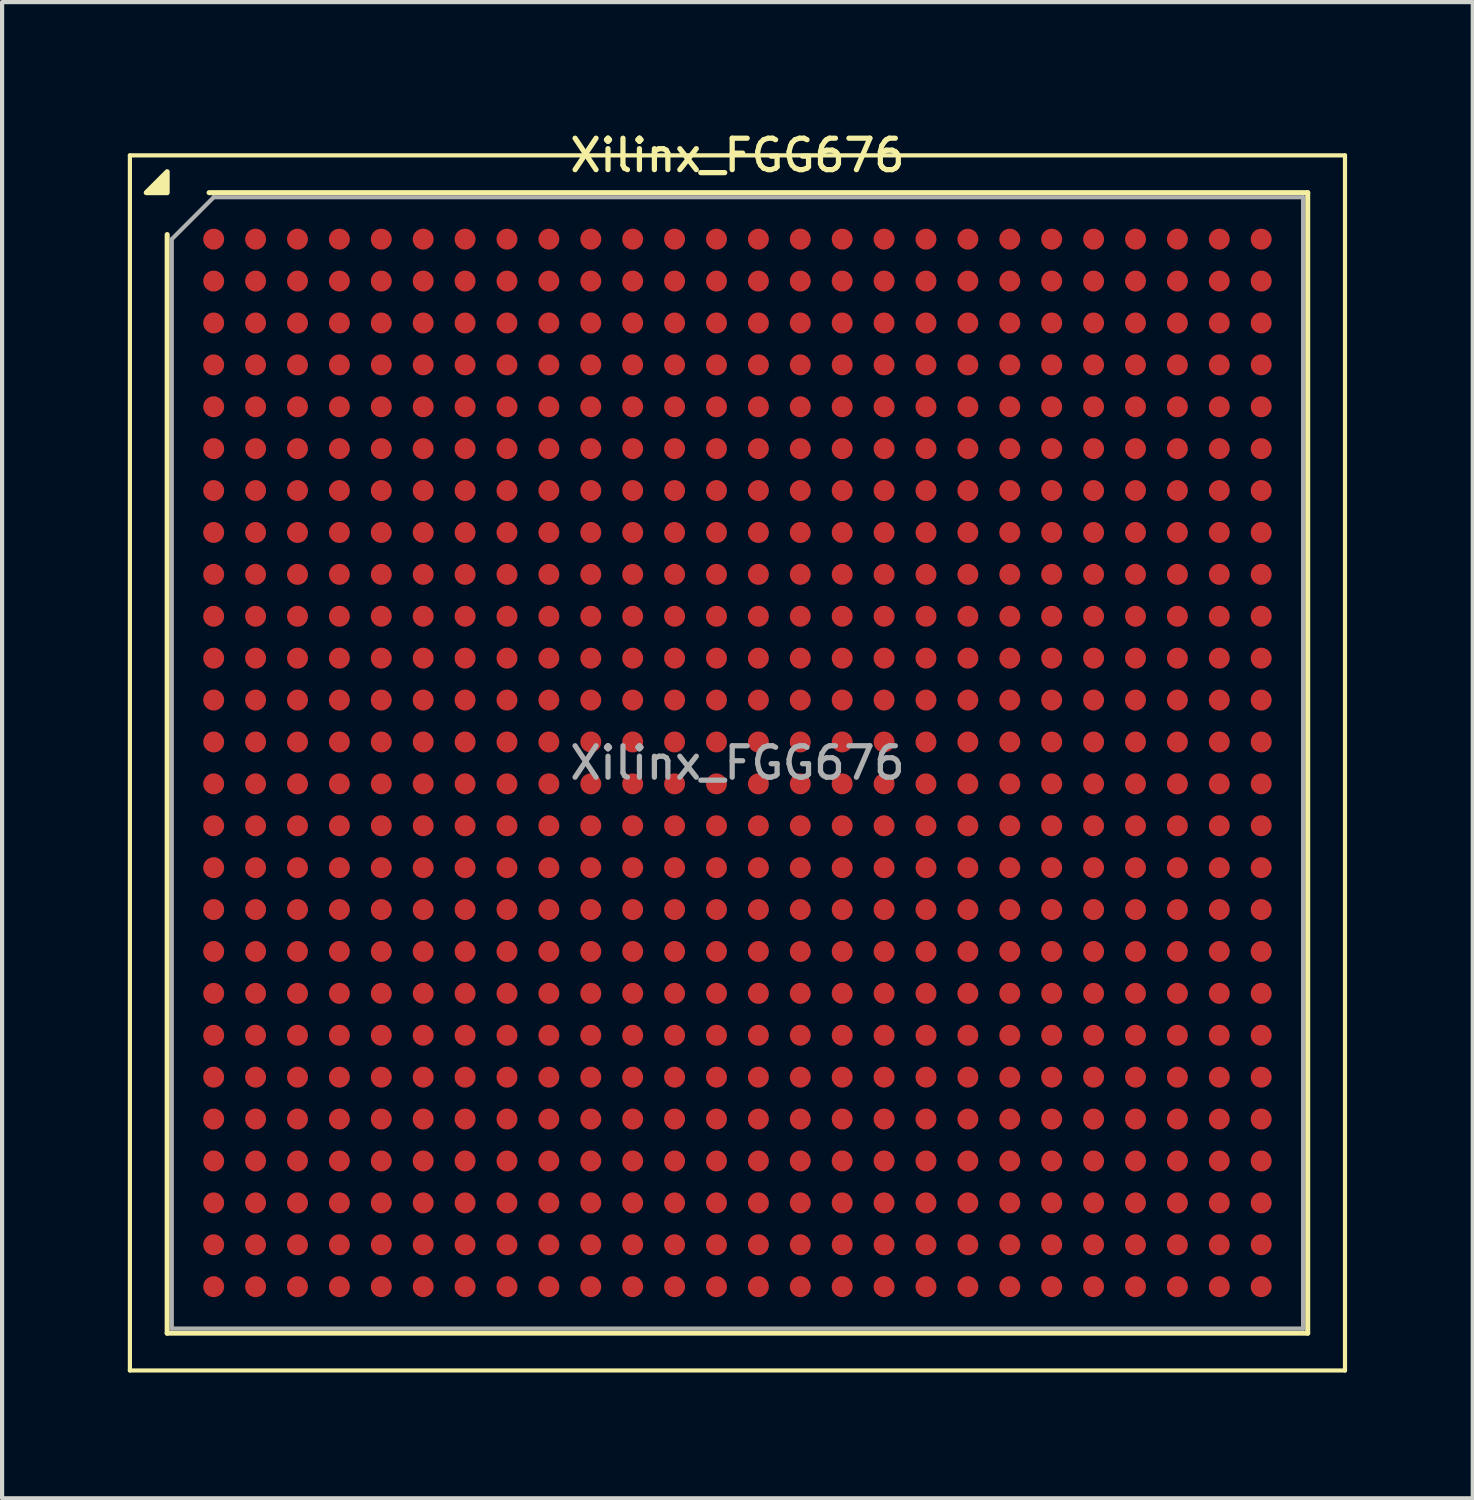
<source format=kicad_pcb>
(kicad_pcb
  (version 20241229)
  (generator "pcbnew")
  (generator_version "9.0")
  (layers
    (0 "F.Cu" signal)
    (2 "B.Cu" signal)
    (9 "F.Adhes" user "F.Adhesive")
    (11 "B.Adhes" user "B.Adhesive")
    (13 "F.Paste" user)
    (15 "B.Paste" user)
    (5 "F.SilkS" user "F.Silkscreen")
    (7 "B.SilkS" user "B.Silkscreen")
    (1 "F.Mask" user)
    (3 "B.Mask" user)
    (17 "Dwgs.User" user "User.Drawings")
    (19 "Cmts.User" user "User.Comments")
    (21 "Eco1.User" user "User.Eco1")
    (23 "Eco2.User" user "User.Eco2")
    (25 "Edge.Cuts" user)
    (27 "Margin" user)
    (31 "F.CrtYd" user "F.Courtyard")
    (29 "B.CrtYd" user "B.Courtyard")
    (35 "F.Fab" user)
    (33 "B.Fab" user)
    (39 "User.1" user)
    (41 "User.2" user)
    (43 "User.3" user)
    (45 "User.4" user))
  (footprint "Xilinx_FGG676"
    (layer "F.Cu")
    (at 14.55 15.158)
    (property "Reference" "Xilinx_FGG676" (at 0 -14.5 0) (layer "F.SilkS") (effects (font (size 0.75 0.75) (thickness 0.125))))
    (attr smd)
    (fp_line (start -14.5 -14.5) (end -14.5 14.5) (stroke (width 0.1) (type solid)) (layer "F.SilkS"))
    (fp_line (start -14.5 14.5) (end 14.5 14.5) (stroke (width 0.1) (type solid)) (layer "F.SilkS"))
    (fp_line (start -13.61 13.61) (end -13.61 -12.61) (stroke (width 0.12) (type solid)) (layer "F.SilkS"))
    (fp_line (start -12.61 -13.61) (end 13.61 -13.61) (stroke (width 0.12) (type solid)) (layer "F.SilkS"))
    (fp_line (start 13.61 -13.61) (end 13.61 13.61) (stroke (width 0.12) (type solid)) (layer "F.SilkS"))
    (fp_line (start 13.61 13.61) (end -13.61 13.61) (stroke (width 0.12) (type solid)) (layer "F.SilkS"))
    (fp_line (start 14.5 -14.5) (end -14.5 -14.5) (stroke (width 0.1) (type solid)) (layer "F.SilkS"))
    (fp_line (start 14.5 14.5) (end 14.5 -14.5) (stroke (width 0.1) (type solid)) (layer "F.SilkS"))
    (fp_poly (pts (xy -13.61 -13.61) (xy -14.11 -13.61) (xy -13.61 -14.11) (xy -13.61 -13.61)) (stroke (width 0.12) (type solid)) (fill yes) (layer "F.SilkS"))
    (fp_line (start -13.5 -12.5) (end -12.5 -13.5) (stroke (width 0.1) (type solid)) (layer "F.Fab"))
    (fp_line (start -13.5 13.5) (end -13.5 -12.5) (stroke (width 0.1) (type solid)) (layer "F.Fab"))
    (fp_line (start -12.5 -13.5) (end 13.5 -13.5) (stroke (width 0.1) (type solid)) (layer "F.Fab"))
    (fp_line (start 13.5 -13.5) (end 13.5 13.5) (stroke (width 0.1) (type solid)) (layer "F.Fab"))
    (fp_line (start 13.5 13.5) (end -13.5 13.5) (stroke (width 0.1) (type solid)) (layer "F.Fab"))
    (fp_text user "${REFERENCE}" (at 0 0 0) (layer "F.Fab") (effects (font (size 0.75 0.75) (thickness 0.125))))
    (pad "A1" smd circle (at -12.5 -12.5) (size 0.5 0.5) (property pad_prop_bga) (layers "F.Cu" "F.Mask" "F.Paste"))
    (pad "A2" smd circle (at -11.5 -12.5) (size 0.5 0.5) (property pad_prop_bga) (layers "F.Cu" "F.Mask" "F.Paste"))
    (pad "A3" smd circle (at -10.5 -12.5) (size 0.5 0.5) (property pad_prop_bga) (layers "F.Cu" "F.Mask" "F.Paste"))
    (pad "A4" smd circle (at -9.5 -12.5) (size 0.5 0.5) (property pad_prop_bga) (layers "F.Cu" "F.Mask" "F.Paste"))
    (pad "A5" smd circle (at -8.5 -12.5) (size 0.5 0.5) (property pad_prop_bga) (layers "F.Cu" "F.Mask" "F.Paste"))
    (pad "A6" smd circle (at -7.5 -12.5) (size 0.5 0.5) (property pad_prop_bga) (layers "F.Cu" "F.Mask" "F.Paste"))
    (pad "A7" smd circle (at -6.5 -12.5) (size 0.5 0.5) (property pad_prop_bga) (layers "F.Cu" "F.Mask" "F.Paste"))
    (pad "A8" smd circle (at -5.5 -12.5) (size 0.5 0.5) (property pad_prop_bga) (layers "F.Cu" "F.Mask" "F.Paste"))
    (pad "A9" smd circle (at -4.5 -12.5) (size 0.5 0.5) (property pad_prop_bga) (layers "F.Cu" "F.Mask" "F.Paste"))
    (pad "A10" smd circle (at -3.5 -12.5) (size 0.5 0.5) (property pad_prop_bga) (layers "F.Cu" "F.Mask" "F.Paste"))
    (pad "A11" smd circle (at -2.5 -12.5) (size 0.5 0.5) (property pad_prop_bga) (layers "F.Cu" "F.Mask" "F.Paste"))
    (pad "A12" smd circle (at -1.5 -12.5) (size 0.5 0.5) (property pad_prop_bga) (layers "F.Cu" "F.Mask" "F.Paste"))
    (pad "A13" smd circle (at -0.5 -12.5) (size 0.5 0.5) (property pad_prop_bga) (layers "F.Cu" "F.Mask" "F.Paste"))
    (pad "A14" smd circle (at 0.5 -12.5) (size 0.5 0.5) (property pad_prop_bga) (layers "F.Cu" "F.Mask" "F.Paste"))
    (pad "A15" smd circle (at 1.5 -12.5) (size 0.5 0.5) (property pad_prop_bga) (layers "F.Cu" "F.Mask" "F.Paste"))
    (pad "A16" smd circle (at 2.5 -12.5) (size 0.5 0.5) (property pad_prop_bga) (layers "F.Cu" "F.Mask" "F.Paste"))
    (pad "A17" smd circle (at 3.5 -12.5) (size 0.5 0.5) (property pad_prop_bga) (layers "F.Cu" "F.Mask" "F.Paste"))
    (pad "A18" smd circle (at 4.5 -12.5) (size 0.5 0.5) (property pad_prop_bga) (layers "F.Cu" "F.Mask" "F.Paste"))
    (pad "A19" smd circle (at 5.5 -12.5) (size 0.5 0.5) (property pad_prop_bga) (layers "F.Cu" "F.Mask" "F.Paste"))
    (pad "A20" smd circle (at 6.5 -12.5) (size 0.5 0.5) (property pad_prop_bga) (layers "F.Cu" "F.Mask" "F.Paste"))
    (pad "A21" smd circle (at 7.5 -12.5) (size 0.5 0.5) (property pad_prop_bga) (layers "F.Cu" "F.Mask" "F.Paste"))
    (pad "A22" smd circle (at 8.5 -12.5) (size 0.5 0.5) (property pad_prop_bga) (layers "F.Cu" "F.Mask" "F.Paste"))
    (pad "A23" smd circle (at 9.5 -12.5) (size 0.5 0.5) (property pad_prop_bga) (layers "F.Cu" "F.Mask" "F.Paste"))
    (pad "A24" smd circle (at 10.5 -12.5) (size 0.5 0.5) (property pad_prop_bga) (layers "F.Cu" "F.Mask" "F.Paste"))
    (pad "A25" smd circle (at 11.5 -12.5) (size 0.5 0.5) (property pad_prop_bga) (layers "F.Cu" "F.Mask" "F.Paste"))
    (pad "A26" smd circle (at 12.5 -12.5) (size 0.5 0.5) (property pad_prop_bga) (layers "F.Cu" "F.Mask" "F.Paste"))
    (pad "AA1" smd circle (at -12.5 7.5) (size 0.5 0.5) (property pad_prop_bga) (layers "F.Cu" "F.Mask" "F.Paste"))
    (pad "AA2" smd circle (at -11.5 7.5) (size 0.5 0.5) (property pad_prop_bga) (layers "F.Cu" "F.Mask" "F.Paste"))
    (pad "AA3" smd circle (at -10.5 7.5) (size 0.5 0.5) (property pad_prop_bga) (layers "F.Cu" "F.Mask" "F.Paste"))
    (pad "AA4" smd circle (at -9.5 7.5) (size 0.5 0.5) (property pad_prop_bga) (layers "F.Cu" "F.Mask" "F.Paste"))
    (pad "AA5" smd circle (at -8.5 7.5) (size 0.5 0.5) (property pad_prop_bga) (layers "F.Cu" "F.Mask" "F.Paste"))
    (pad "AA6" smd circle (at -7.5 7.5) (size 0.5 0.5) (property pad_prop_bga) (layers "F.Cu" "F.Mask" "F.Paste"))
    (pad "AA7" smd circle (at -6.5 7.5) (size 0.5 0.5) (property pad_prop_bga) (layers "F.Cu" "F.Mask" "F.Paste"))
    (pad "AA8" smd circle (at -5.5 7.5) (size 0.5 0.5) (property pad_prop_bga) (layers "F.Cu" "F.Mask" "F.Paste"))
    (pad "AA9" smd circle (at -4.5 7.5) (size 0.5 0.5) (property pad_prop_bga) (layers "F.Cu" "F.Mask" "F.Paste"))
    (pad "AA10" smd circle (at -3.5 7.5) (size 0.5 0.5) (property pad_prop_bga) (layers "F.Cu" "F.Mask" "F.Paste"))
    (pad "AA11" smd circle (at -2.5 7.5) (size 0.5 0.5) (property pad_prop_bga) (layers "F.Cu" "F.Mask" "F.Paste"))
    (pad "AA12" smd circle (at -1.5 7.5) (size 0.5 0.5) (property pad_prop_bga) (layers "F.Cu" "F.Mask" "F.Paste"))
    (pad "AA13" smd circle (at -0.5 7.5) (size 0.5 0.5) (property pad_prop_bga) (layers "F.Cu" "F.Mask" "F.Paste"))
    (pad "AA14" smd circle (at 0.5 7.5) (size 0.5 0.5) (property pad_prop_bga) (layers "F.Cu" "F.Mask" "F.Paste"))
    (pad "AA15" smd circle (at 1.5 7.5) (size 0.5 0.5) (property pad_prop_bga) (layers "F.Cu" "F.Mask" "F.Paste"))
    (pad "AA16" smd circle (at 2.5 7.5) (size 0.5 0.5) (property pad_prop_bga) (layers "F.Cu" "F.Mask" "F.Paste"))
    (pad "AA17" smd circle (at 3.5 7.5) (size 0.5 0.5) (property pad_prop_bga) (layers "F.Cu" "F.Mask" "F.Paste"))
    (pad "AA18" smd circle (at 4.5 7.5) (size 0.5 0.5) (property pad_prop_bga) (layers "F.Cu" "F.Mask" "F.Paste"))
    (pad "AA19" smd circle (at 5.5 7.5) (size 0.5 0.5) (property pad_prop_bga) (layers "F.Cu" "F.Mask" "F.Paste"))
    (pad "AA20" smd circle (at 6.5 7.5) (size 0.5 0.5) (property pad_prop_bga) (layers "F.Cu" "F.Mask" "F.Paste"))
    (pad "AA21" smd circle (at 7.5 7.5) (size 0.5 0.5) (property pad_prop_bga) (layers "F.Cu" "F.Mask" "F.Paste"))
    (pad "AA22" smd circle (at 8.5 7.5) (size 0.5 0.5) (property pad_prop_bga) (layers "F.Cu" "F.Mask" "F.Paste"))
    (pad "AA23" smd circle (at 9.5 7.5) (size 0.5 0.5) (property pad_prop_bga) (layers "F.Cu" "F.Mask" "F.Paste"))
    (pad "AA24" smd circle (at 10.5 7.5) (size 0.5 0.5) (property pad_prop_bga) (layers "F.Cu" "F.Mask" "F.Paste"))
    (pad "AA25" smd circle (at 11.5 7.5) (size 0.5 0.5) (property pad_prop_bga) (layers "F.Cu" "F.Mask" "F.Paste"))
    (pad "AA26" smd circle (at 12.5 7.5) (size 0.5 0.5) (property pad_prop_bga) (layers "F.Cu" "F.Mask" "F.Paste"))
    (pad "AB1" smd circle (at -12.5 8.5) (size 0.5 0.5) (property pad_prop_bga) (layers "F.Cu" "F.Mask" "F.Paste"))
    (pad "AB2" smd circle (at -11.5 8.5) (size 0.5 0.5) (property pad_prop_bga) (layers "F.Cu" "F.Mask" "F.Paste"))
    (pad "AB3" smd circle (at -10.5 8.5) (size 0.5 0.5) (property pad_prop_bga) (layers "F.Cu" "F.Mask" "F.Paste"))
    (pad "AB4" smd circle (at -9.5 8.5) (size 0.5 0.5) (property pad_prop_bga) (layers "F.Cu" "F.Mask" "F.Paste"))
    (pad "AB5" smd circle (at -8.5 8.5) (size 0.5 0.5) (property pad_prop_bga) (layers "F.Cu" "F.Mask" "F.Paste"))
    (pad "AB6" smd circle (at -7.5 8.5) (size 0.5 0.5) (property pad_prop_bga) (layers "F.Cu" "F.Mask" "F.Paste"))
    (pad "AB7" smd circle (at -6.5 8.5) (size 0.5 0.5) (property pad_prop_bga) (layers "F.Cu" "F.Mask" "F.Paste"))
    (pad "AB8" smd circle (at -5.5 8.5) (size 0.5 0.5) (property pad_prop_bga) (layers "F.Cu" "F.Mask" "F.Paste"))
    (pad "AB9" smd circle (at -4.5 8.5) (size 0.5 0.5) (property pad_prop_bga) (layers "F.Cu" "F.Mask" "F.Paste"))
    (pad "AB10" smd circle (at -3.5 8.5) (size 0.5 0.5) (property pad_prop_bga) (layers "F.Cu" "F.Mask" "F.Paste"))
    (pad "AB11" smd circle (at -2.5 8.5) (size 0.5 0.5) (property pad_prop_bga) (layers "F.Cu" "F.Mask" "F.Paste"))
    (pad "AB12" smd circle (at -1.5 8.5) (size 0.5 0.5) (property pad_prop_bga) (layers "F.Cu" "F.Mask" "F.Paste"))
    (pad "AB13" smd circle (at -0.5 8.5) (size 0.5 0.5) (property pad_prop_bga) (layers "F.Cu" "F.Mask" "F.Paste"))
    (pad "AB14" smd circle (at 0.5 8.5) (size 0.5 0.5) (property pad_prop_bga) (layers "F.Cu" "F.Mask" "F.Paste"))
    (pad "AB15" smd circle (at 1.5 8.5) (size 0.5 0.5) (property pad_prop_bga) (layers "F.Cu" "F.Mask" "F.Paste"))
    (pad "AB16" smd circle (at 2.5 8.5) (size 0.5 0.5) (property pad_prop_bga) (layers "F.Cu" "F.Mask" "F.Paste"))
    (pad "AB17" smd circle (at 3.5 8.5) (size 0.5 0.5) (property pad_prop_bga) (layers "F.Cu" "F.Mask" "F.Paste"))
    (pad "AB18" smd circle (at 4.5 8.5) (size 0.5 0.5) (property pad_prop_bga) (layers "F.Cu" "F.Mask" "F.Paste"))
    (pad "AB19" smd circle (at 5.5 8.5) (size 0.5 0.5) (property pad_prop_bga) (layers "F.Cu" "F.Mask" "F.Paste"))
    (pad "AB20" smd circle (at 6.5 8.5) (size 0.5 0.5) (property pad_prop_bga) (layers "F.Cu" "F.Mask" "F.Paste"))
    (pad "AB21" smd circle (at 7.5 8.5) (size 0.5 0.5) (property pad_prop_bga) (layers "F.Cu" "F.Mask" "F.Paste"))
    (pad "AB22" smd circle (at 8.5 8.5) (size 0.5 0.5) (property pad_prop_bga) (layers "F.Cu" "F.Mask" "F.Paste"))
    (pad "AB23" smd circle (at 9.5 8.5) (size 0.5 0.5) (property pad_prop_bga) (layers "F.Cu" "F.Mask" "F.Paste"))
    (pad "AB24" smd circle (at 10.5 8.5) (size 0.5 0.5) (property pad_prop_bga) (layers "F.Cu" "F.Mask" "F.Paste"))
    (pad "AB25" smd circle (at 11.5 8.5) (size 0.5 0.5) (property pad_prop_bga) (layers "F.Cu" "F.Mask" "F.Paste"))
    (pad "AB26" smd circle (at 12.5 8.5) (size 0.5 0.5) (property pad_prop_bga) (layers "F.Cu" "F.Mask" "F.Paste"))
    (pad "AC1" smd circle (at -12.5 9.5) (size 0.5 0.5) (property pad_prop_bga) (layers "F.Cu" "F.Mask" "F.Paste"))
    (pad "AC2" smd circle (at -11.5 9.5) (size 0.5 0.5) (property pad_prop_bga) (layers "F.Cu" "F.Mask" "F.Paste"))
    (pad "AC3" smd circle (at -10.5 9.5) (size 0.5 0.5) (property pad_prop_bga) (layers "F.Cu" "F.Mask" "F.Paste"))
    (pad "AC4" smd circle (at -9.5 9.5) (size 0.5 0.5) (property pad_prop_bga) (layers "F.Cu" "F.Mask" "F.Paste"))
    (pad "AC5" smd circle (at -8.5 9.5) (size 0.5 0.5) (property pad_prop_bga) (layers "F.Cu" "F.Mask" "F.Paste"))
    (pad "AC6" smd circle (at -7.5 9.5) (size 0.5 0.5) (property pad_prop_bga) (layers "F.Cu" "F.Mask" "F.Paste"))
    (pad "AC7" smd circle (at -6.5 9.5) (size 0.5 0.5) (property pad_prop_bga) (layers "F.Cu" "F.Mask" "F.Paste"))
    (pad "AC8" smd circle (at -5.5 9.5) (size 0.5 0.5) (property pad_prop_bga) (layers "F.Cu" "F.Mask" "F.Paste"))
    (pad "AC9" smd circle (at -4.5 9.5) (size 0.5 0.5) (property pad_prop_bga) (layers "F.Cu" "F.Mask" "F.Paste"))
    (pad "AC10" smd circle (at -3.5 9.5) (size 0.5 0.5) (property pad_prop_bga) (layers "F.Cu" "F.Mask" "F.Paste"))
    (pad "AC11" smd circle (at -2.5 9.5) (size 0.5 0.5) (property pad_prop_bga) (layers "F.Cu" "F.Mask" "F.Paste"))
    (pad "AC12" smd circle (at -1.5 9.5) (size 0.5 0.5) (property pad_prop_bga) (layers "F.Cu" "F.Mask" "F.Paste"))
    (pad "AC13" smd circle (at -0.5 9.5) (size 0.5 0.5) (property pad_prop_bga) (layers "F.Cu" "F.Mask" "F.Paste"))
    (pad "AC14" smd circle (at 0.5 9.5) (size 0.5 0.5) (property pad_prop_bga) (layers "F.Cu" "F.Mask" "F.Paste"))
    (pad "AC15" smd circle (at 1.5 9.5) (size 0.5 0.5) (property pad_prop_bga) (layers "F.Cu" "F.Mask" "F.Paste"))
    (pad "AC16" smd circle (at 2.5 9.5) (size 0.5 0.5) (property pad_prop_bga) (layers "F.Cu" "F.Mask" "F.Paste"))
    (pad "AC17" smd circle (at 3.5 9.5) (size 0.5 0.5) (property pad_prop_bga) (layers "F.Cu" "F.Mask" "F.Paste"))
    (pad "AC18" smd circle (at 4.5 9.5) (size 0.5 0.5) (property pad_prop_bga) (layers "F.Cu" "F.Mask" "F.Paste"))
    (pad "AC19" smd circle (at 5.5 9.5) (size 0.5 0.5) (property pad_prop_bga) (layers "F.Cu" "F.Mask" "F.Paste"))
    (pad "AC20" smd circle (at 6.5 9.5) (size 0.5 0.5) (property pad_prop_bga) (layers "F.Cu" "F.Mask" "F.Paste"))
    (pad "AC21" smd circle (at 7.5 9.5) (size 0.5 0.5) (property pad_prop_bga) (layers "F.Cu" "F.Mask" "F.Paste"))
    (pad "AC22" smd circle (at 8.5 9.5) (size 0.5 0.5) (property pad_prop_bga) (layers "F.Cu" "F.Mask" "F.Paste"))
    (pad "AC23" smd circle (at 9.5 9.5) (size 0.5 0.5) (property pad_prop_bga) (layers "F.Cu" "F.Mask" "F.Paste"))
    (pad "AC24" smd circle (at 10.5 9.5) (size 0.5 0.5) (property pad_prop_bga) (layers "F.Cu" "F.Mask" "F.Paste"))
    (pad "AC25" smd circle (at 11.5 9.5) (size 0.5 0.5) (property pad_prop_bga) (layers "F.Cu" "F.Mask" "F.Paste"))
    (pad "AC26" smd circle (at 12.5 9.5) (size 0.5 0.5) (property pad_prop_bga) (layers "F.Cu" "F.Mask" "F.Paste"))
    (pad "AD1" smd circle (at -12.5 10.5) (size 0.5 0.5) (property pad_prop_bga) (layers "F.Cu" "F.Mask" "F.Paste"))
    (pad "AD2" smd circle (at -11.5 10.5) (size 0.5 0.5) (property pad_prop_bga) (layers "F.Cu" "F.Mask" "F.Paste"))
    (pad "AD3" smd circle (at -10.5 10.5) (size 0.5 0.5) (property pad_prop_bga) (layers "F.Cu" "F.Mask" "F.Paste"))
    (pad "AD4" smd circle (at -9.5 10.5) (size 0.5 0.5) (property pad_prop_bga) (layers "F.Cu" "F.Mask" "F.Paste"))
    (pad "AD5" smd circle (at -8.5 10.5) (size 0.5 0.5) (property pad_prop_bga) (layers "F.Cu" "F.Mask" "F.Paste"))
    (pad "AD6" smd circle (at -7.5 10.5) (size 0.5 0.5) (property pad_prop_bga) (layers "F.Cu" "F.Mask" "F.Paste"))
    (pad "AD7" smd circle (at -6.5 10.5) (size 0.5 0.5) (property pad_prop_bga) (layers "F.Cu" "F.Mask" "F.Paste"))
    (pad "AD8" smd circle (at -5.5 10.5) (size 0.5 0.5) (property pad_prop_bga) (layers "F.Cu" "F.Mask" "F.Paste"))
    (pad "AD9" smd circle (at -4.5 10.5) (size 0.5 0.5) (property pad_prop_bga) (layers "F.Cu" "F.Mask" "F.Paste"))
    (pad "AD10" smd circle (at -3.5 10.5) (size 0.5 0.5) (property pad_prop_bga) (layers "F.Cu" "F.Mask" "F.Paste"))
    (pad "AD11" smd circle (at -2.5 10.5) (size 0.5 0.5) (property pad_prop_bga) (layers "F.Cu" "F.Mask" "F.Paste"))
    (pad "AD12" smd circle (at -1.5 10.5) (size 0.5 0.5) (property pad_prop_bga) (layers "F.Cu" "F.Mask" "F.Paste"))
    (pad "AD13" smd circle (at -0.5 10.5) (size 0.5 0.5) (property pad_prop_bga) (layers "F.Cu" "F.Mask" "F.Paste"))
    (pad "AD14" smd circle (at 0.5 10.5) (size 0.5 0.5) (property pad_prop_bga) (layers "F.Cu" "F.Mask" "F.Paste"))
    (pad "AD15" smd circle (at 1.5 10.5) (size 0.5 0.5) (property pad_prop_bga) (layers "F.Cu" "F.Mask" "F.Paste"))
    (pad "AD16" smd circle (at 2.5 10.5) (size 0.5 0.5) (property pad_prop_bga) (layers "F.Cu" "F.Mask" "F.Paste"))
    (pad "AD17" smd circle (at 3.5 10.5) (size 0.5 0.5) (property pad_prop_bga) (layers "F.Cu" "F.Mask" "F.Paste"))
    (pad "AD18" smd circle (at 4.5 10.5) (size 0.5 0.5) (property pad_prop_bga) (layers "F.Cu" "F.Mask" "F.Paste"))
    (pad "AD19" smd circle (at 5.5 10.5) (size 0.5 0.5) (property pad_prop_bga) (layers "F.Cu" "F.Mask" "F.Paste"))
    (pad "AD20" smd circle (at 6.5 10.5) (size 0.5 0.5) (property pad_prop_bga) (layers "F.Cu" "F.Mask" "F.Paste"))
    (pad "AD21" smd circle (at 7.5 10.5) (size 0.5 0.5) (property pad_prop_bga) (layers "F.Cu" "F.Mask" "F.Paste"))
    (pad "AD22" smd circle (at 8.5 10.5) (size 0.5 0.5) (property pad_prop_bga) (layers "F.Cu" "F.Mask" "F.Paste"))
    (pad "AD23" smd circle (at 9.5 10.5) (size 0.5 0.5) (property pad_prop_bga) (layers "F.Cu" "F.Mask" "F.Paste"))
    (pad "AD24" smd circle (at 10.5 10.5) (size 0.5 0.5) (property pad_prop_bga) (layers "F.Cu" "F.Mask" "F.Paste"))
    (pad "AD25" smd circle (at 11.5 10.5) (size 0.5 0.5) (property pad_prop_bga) (layers "F.Cu" "F.Mask" "F.Paste"))
    (pad "AD26" smd circle (at 12.5 10.5) (size 0.5 0.5) (property pad_prop_bga) (layers "F.Cu" "F.Mask" "F.Paste"))
    (pad "AE1" smd circle (at -12.5 11.5) (size 0.5 0.5) (property pad_prop_bga) (layers "F.Cu" "F.Mask" "F.Paste"))
    (pad "AE2" smd circle (at -11.5 11.5) (size 0.5 0.5) (property pad_prop_bga) (layers "F.Cu" "F.Mask" "F.Paste"))
    (pad "AE3" smd circle (at -10.5 11.5) (size 0.5 0.5) (property pad_prop_bga) (layers "F.Cu" "F.Mask" "F.Paste"))
    (pad "AE4" smd circle (at -9.5 11.5) (size 0.5 0.5) (property pad_prop_bga) (layers "F.Cu" "F.Mask" "F.Paste"))
    (pad "AE5" smd circle (at -8.5 11.5) (size 0.5 0.5) (property pad_prop_bga) (layers "F.Cu" "F.Mask" "F.Paste"))
    (pad "AE6" smd circle (at -7.5 11.5) (size 0.5 0.5) (property pad_prop_bga) (layers "F.Cu" "F.Mask" "F.Paste"))
    (pad "AE7" smd circle (at -6.5 11.5) (size 0.5 0.5) (property pad_prop_bga) (layers "F.Cu" "F.Mask" "F.Paste"))
    (pad "AE8" smd circle (at -5.5 11.5) (size 0.5 0.5) (property pad_prop_bga) (layers "F.Cu" "F.Mask" "F.Paste"))
    (pad "AE9" smd circle (at -4.5 11.5) (size 0.5 0.5) (property pad_prop_bga) (layers "F.Cu" "F.Mask" "F.Paste"))
    (pad "AE10" smd circle (at -3.5 11.5) (size 0.5 0.5) (property pad_prop_bga) (layers "F.Cu" "F.Mask" "F.Paste"))
    (pad "AE11" smd circle (at -2.5 11.5) (size 0.5 0.5) (property pad_prop_bga) (layers "F.Cu" "F.Mask" "F.Paste"))
    (pad "AE12" smd circle (at -1.5 11.5) (size 0.5 0.5) (property pad_prop_bga) (layers "F.Cu" "F.Mask" "F.Paste"))
    (pad "AE13" smd circle (at -0.5 11.5) (size 0.5 0.5) (property pad_prop_bga) (layers "F.Cu" "F.Mask" "F.Paste"))
    (pad "AE14" smd circle (at 0.5 11.5) (size 0.5 0.5) (property pad_prop_bga) (layers "F.Cu" "F.Mask" "F.Paste"))
    (pad "AE15" smd circle (at 1.5 11.5) (size 0.5 0.5) (property pad_prop_bga) (layers "F.Cu" "F.Mask" "F.Paste"))
    (pad "AE16" smd circle (at 2.5 11.5) (size 0.5 0.5) (property pad_prop_bga) (layers "F.Cu" "F.Mask" "F.Paste"))
    (pad "AE17" smd circle (at 3.5 11.5) (size 0.5 0.5) (property pad_prop_bga) (layers "F.Cu" "F.Mask" "F.Paste"))
    (pad "AE18" smd circle (at 4.5 11.5) (size 0.5 0.5) (property pad_prop_bga) (layers "F.Cu" "F.Mask" "F.Paste"))
    (pad "AE19" smd circle (at 5.5 11.5) (size 0.5 0.5) (property pad_prop_bga) (layers "F.Cu" "F.Mask" "F.Paste"))
    (pad "AE20" smd circle (at 6.5 11.5) (size 0.5 0.5) (property pad_prop_bga) (layers "F.Cu" "F.Mask" "F.Paste"))
    (pad "AE21" smd circle (at 7.5 11.5) (size 0.5 0.5) (property pad_prop_bga) (layers "F.Cu" "F.Mask" "F.Paste"))
    (pad "AE22" smd circle (at 8.5 11.5) (size 0.5 0.5) (property pad_prop_bga) (layers "F.Cu" "F.Mask" "F.Paste"))
    (pad "AE23" smd circle (at 9.5 11.5) (size 0.5 0.5) (property pad_prop_bga) (layers "F.Cu" "F.Mask" "F.Paste"))
    (pad "AE24" smd circle (at 10.5 11.5) (size 0.5 0.5) (property pad_prop_bga) (layers "F.Cu" "F.Mask" "F.Paste"))
    (pad "AE25" smd circle (at 11.5 11.5) (size 0.5 0.5) (property pad_prop_bga) (layers "F.Cu" "F.Mask" "F.Paste"))
    (pad "AE26" smd circle (at 12.5 11.5) (size 0.5 0.5) (property pad_prop_bga) (layers "F.Cu" "F.Mask" "F.Paste"))
    (pad "AF1" smd circle (at -12.5 12.5) (size 0.5 0.5) (property pad_prop_bga) (layers "F.Cu" "F.Mask" "F.Paste"))
    (pad "AF2" smd circle (at -11.5 12.5) (size 0.5 0.5) (property pad_prop_bga) (layers "F.Cu" "F.Mask" "F.Paste"))
    (pad "AF3" smd circle (at -10.5 12.5) (size 0.5 0.5) (property pad_prop_bga) (layers "F.Cu" "F.Mask" "F.Paste"))
    (pad "AF4" smd circle (at -9.5 12.5) (size 0.5 0.5) (property pad_prop_bga) (layers "F.Cu" "F.Mask" "F.Paste"))
    (pad "AF5" smd circle (at -8.5 12.5) (size 0.5 0.5) (property pad_prop_bga) (layers "F.Cu" "F.Mask" "F.Paste"))
    (pad "AF6" smd circle (at -7.5 12.5) (size 0.5 0.5) (property pad_prop_bga) (layers "F.Cu" "F.Mask" "F.Paste"))
    (pad "AF7" smd circle (at -6.5 12.5) (size 0.5 0.5) (property pad_prop_bga) (layers "F.Cu" "F.Mask" "F.Paste"))
    (pad "AF8" smd circle (at -5.5 12.5) (size 0.5 0.5) (property pad_prop_bga) (layers "F.Cu" "F.Mask" "F.Paste"))
    (pad "AF9" smd circle (at -4.5 12.5) (size 0.5 0.5) (property pad_prop_bga) (layers "F.Cu" "F.Mask" "F.Paste"))
    (pad "AF10" smd circle (at -3.5 12.5) (size 0.5 0.5) (property pad_prop_bga) (layers "F.Cu" "F.Mask" "F.Paste"))
    (pad "AF11" smd circle (at -2.5 12.5) (size 0.5 0.5) (property pad_prop_bga) (layers "F.Cu" "F.Mask" "F.Paste"))
    (pad "AF12" smd circle (at -1.5 12.5) (size 0.5 0.5) (property pad_prop_bga) (layers "F.Cu" "F.Mask" "F.Paste"))
    (pad "AF13" smd circle (at -0.5 12.5) (size 0.5 0.5) (property pad_prop_bga) (layers "F.Cu" "F.Mask" "F.Paste"))
    (pad "AF14" smd circle (at 0.5 12.5) (size 0.5 0.5) (property pad_prop_bga) (layers "F.Cu" "F.Mask" "F.Paste"))
    (pad "AF15" smd circle (at 1.5 12.5) (size 0.5 0.5) (property pad_prop_bga) (layers "F.Cu" "F.Mask" "F.Paste"))
    (pad "AF16" smd circle (at 2.5 12.5) (size 0.5 0.5) (property pad_prop_bga) (layers "F.Cu" "F.Mask" "F.Paste"))
    (pad "AF17" smd circle (at 3.5 12.5) (size 0.5 0.5) (property pad_prop_bga) (layers "F.Cu" "F.Mask" "F.Paste"))
    (pad "AF18" smd circle (at 4.5 12.5) (size 0.5 0.5) (property pad_prop_bga) (layers "F.Cu" "F.Mask" "F.Paste"))
    (pad "AF19" smd circle (at 5.5 12.5) (size 0.5 0.5) (property pad_prop_bga) (layers "F.Cu" "F.Mask" "F.Paste"))
    (pad "AF20" smd circle (at 6.5 12.5) (size 0.5 0.5) (property pad_prop_bga) (layers "F.Cu" "F.Mask" "F.Paste"))
    (pad "AF21" smd circle (at 7.5 12.5) (size 0.5 0.5) (property pad_prop_bga) (layers "F.Cu" "F.Mask" "F.Paste"))
    (pad "AF22" smd circle (at 8.5 12.5) (size 0.5 0.5) (property pad_prop_bga) (layers "F.Cu" "F.Mask" "F.Paste"))
    (pad "AF23" smd circle (at 9.5 12.5) (size 0.5 0.5) (property pad_prop_bga) (layers "F.Cu" "F.Mask" "F.Paste"))
    (pad "AF24" smd circle (at 10.5 12.5) (size 0.5 0.5) (property pad_prop_bga) (layers "F.Cu" "F.Mask" "F.Paste"))
    (pad "AF25" smd circle (at 11.5 12.5) (size 0.5 0.5) (property pad_prop_bga) (layers "F.Cu" "F.Mask" "F.Paste"))
    (pad "AF26" smd circle (at 12.5 12.5) (size 0.5 0.5) (property pad_prop_bga) (layers "F.Cu" "F.Mask" "F.Paste"))
    (pad "B1" smd circle (at -12.5 -11.5) (size 0.5 0.5) (property pad_prop_bga) (layers "F.Cu" "F.Mask" "F.Paste"))
    (pad "B2" smd circle (at -11.5 -11.5) (size 0.5 0.5) (property pad_prop_bga) (layers "F.Cu" "F.Mask" "F.Paste"))
    (pad "B3" smd circle (at -10.5 -11.5) (size 0.5 0.5) (property pad_prop_bga) (layers "F.Cu" "F.Mask" "F.Paste"))
    (pad "B4" smd circle (at -9.5 -11.5) (size 0.5 0.5) (property pad_prop_bga) (layers "F.Cu" "F.Mask" "F.Paste"))
    (pad "B5" smd circle (at -8.5 -11.5) (size 0.5 0.5) (property pad_prop_bga) (layers "F.Cu" "F.Mask" "F.Paste"))
    (pad "B6" smd circle (at -7.5 -11.5) (size 0.5 0.5) (property pad_prop_bga) (layers "F.Cu" "F.Mask" "F.Paste"))
    (pad "B7" smd circle (at -6.5 -11.5) (size 0.5 0.5) (property pad_prop_bga) (layers "F.Cu" "F.Mask" "F.Paste"))
    (pad "B8" smd circle (at -5.5 -11.5) (size 0.5 0.5) (property pad_prop_bga) (layers "F.Cu" "F.Mask" "F.Paste"))
    (pad "B9" smd circle (at -4.5 -11.5) (size 0.5 0.5) (property pad_prop_bga) (layers "F.Cu" "F.Mask" "F.Paste"))
    (pad "B10" smd circle (at -3.5 -11.5) (size 0.5 0.5) (property pad_prop_bga) (layers "F.Cu" "F.Mask" "F.Paste"))
    (pad "B11" smd circle (at -2.5 -11.5) (size 0.5 0.5) (property pad_prop_bga) (layers "F.Cu" "F.Mask" "F.Paste"))
    (pad "B12" smd circle (at -1.5 -11.5) (size 0.5 0.5) (property pad_prop_bga) (layers "F.Cu" "F.Mask" "F.Paste"))
    (pad "B13" smd circle (at -0.5 -11.5) (size 0.5 0.5) (property pad_prop_bga) (layers "F.Cu" "F.Mask" "F.Paste"))
    (pad "B14" smd circle (at 0.5 -11.5) (size 0.5 0.5) (property pad_prop_bga) (layers "F.Cu" "F.Mask" "F.Paste"))
    (pad "B15" smd circle (at 1.5 -11.5) (size 0.5 0.5) (property pad_prop_bga) (layers "F.Cu" "F.Mask" "F.Paste"))
    (pad "B16" smd circle (at 2.5 -11.5) (size 0.5 0.5) (property pad_prop_bga) (layers "F.Cu" "F.Mask" "F.Paste"))
    (pad "B17" smd circle (at 3.5 -11.5) (size 0.5 0.5) (property pad_prop_bga) (layers "F.Cu" "F.Mask" "F.Paste"))
    (pad "B18" smd circle (at 4.5 -11.5) (size 0.5 0.5) (property pad_prop_bga) (layers "F.Cu" "F.Mask" "F.Paste"))
    (pad "B19" smd circle (at 5.5 -11.5) (size 0.5 0.5) (property pad_prop_bga) (layers "F.Cu" "F.Mask" "F.Paste"))
    (pad "B20" smd circle (at 6.5 -11.5) (size 0.5 0.5) (property pad_prop_bga) (layers "F.Cu" "F.Mask" "F.Paste"))
    (pad "B21" smd circle (at 7.5 -11.5) (size 0.5 0.5) (property pad_prop_bga) (layers "F.Cu" "F.Mask" "F.Paste"))
    (pad "B22" smd circle (at 8.5 -11.5) (size 0.5 0.5) (property pad_prop_bga) (layers "F.Cu" "F.Mask" "F.Paste"))
    (pad "B23" smd circle (at 9.5 -11.5) (size 0.5 0.5) (property pad_prop_bga) (layers "F.Cu" "F.Mask" "F.Paste"))
    (pad "B24" smd circle (at 10.5 -11.5) (size 0.5 0.5) (property pad_prop_bga) (layers "F.Cu" "F.Mask" "F.Paste"))
    (pad "B25" smd circle (at 11.5 -11.5) (size 0.5 0.5) (property pad_prop_bga) (layers "F.Cu" "F.Mask" "F.Paste"))
    (pad "B26" smd circle (at 12.5 -11.5) (size 0.5 0.5) (property pad_prop_bga) (layers "F.Cu" "F.Mask" "F.Paste"))
    (pad "C1" smd circle (at -12.5 -10.5) (size 0.5 0.5) (property pad_prop_bga) (layers "F.Cu" "F.Mask" "F.Paste"))
    (pad "C2" smd circle (at -11.5 -10.5) (size 0.5 0.5) (property pad_prop_bga) (layers "F.Cu" "F.Mask" "F.Paste"))
    (pad "C3" smd circle (at -10.5 -10.5) (size 0.5 0.5) (property pad_prop_bga) (layers "F.Cu" "F.Mask" "F.Paste"))
    (pad "C4" smd circle (at -9.5 -10.5) (size 0.5 0.5) (property pad_prop_bga) (layers "F.Cu" "F.Mask" "F.Paste"))
    (pad "C5" smd circle (at -8.5 -10.5) (size 0.5 0.5) (property pad_prop_bga) (layers "F.Cu" "F.Mask" "F.Paste"))
    (pad "C6" smd circle (at -7.5 -10.5) (size 0.5 0.5) (property pad_prop_bga) (layers "F.Cu" "F.Mask" "F.Paste"))
    (pad "C7" smd circle (at -6.5 -10.5) (size 0.5 0.5) (property pad_prop_bga) (layers "F.Cu" "F.Mask" "F.Paste"))
    (pad "C8" smd circle (at -5.5 -10.5) (size 0.5 0.5) (property pad_prop_bga) (layers "F.Cu" "F.Mask" "F.Paste"))
    (pad "C9" smd circle (at -4.5 -10.5) (size 0.5 0.5) (property pad_prop_bga) (layers "F.Cu" "F.Mask" "F.Paste"))
    (pad "C10" smd circle (at -3.5 -10.5) (size 0.5 0.5) (property pad_prop_bga) (layers "F.Cu" "F.Mask" "F.Paste"))
    (pad "C11" smd circle (at -2.5 -10.5) (size 0.5 0.5) (property pad_prop_bga) (layers "F.Cu" "F.Mask" "F.Paste"))
    (pad "C12" smd circle (at -1.5 -10.5) (size 0.5 0.5) (property pad_prop_bga) (layers "F.Cu" "F.Mask" "F.Paste"))
    (pad "C13" smd circle (at -0.5 -10.5) (size 0.5 0.5) (property pad_prop_bga) (layers "F.Cu" "F.Mask" "F.Paste"))
    (pad "C14" smd circle (at 0.5 -10.5) (size 0.5 0.5) (property pad_prop_bga) (layers "F.Cu" "F.Mask" "F.Paste"))
    (pad "C15" smd circle (at 1.5 -10.5) (size 0.5 0.5) (property pad_prop_bga) (layers "F.Cu" "F.Mask" "F.Paste"))
    (pad "C16" smd circle (at 2.5 -10.5) (size 0.5 0.5) (property pad_prop_bga) (layers "F.Cu" "F.Mask" "F.Paste"))
    (pad "C17" smd circle (at 3.5 -10.5) (size 0.5 0.5) (property pad_prop_bga) (layers "F.Cu" "F.Mask" "F.Paste"))
    (pad "C18" smd circle (at 4.5 -10.5) (size 0.5 0.5) (property pad_prop_bga) (layers "F.Cu" "F.Mask" "F.Paste"))
    (pad "C19" smd circle (at 5.5 -10.5) (size 0.5 0.5) (property pad_prop_bga) (layers "F.Cu" "F.Mask" "F.Paste"))
    (pad "C20" smd circle (at 6.5 -10.5) (size 0.5 0.5) (property pad_prop_bga) (layers "F.Cu" "F.Mask" "F.Paste"))
    (pad "C21" smd circle (at 7.5 -10.5) (size 0.5 0.5) (property pad_prop_bga) (layers "F.Cu" "F.Mask" "F.Paste"))
    (pad "C22" smd circle (at 8.5 -10.5) (size 0.5 0.5) (property pad_prop_bga) (layers "F.Cu" "F.Mask" "F.Paste"))
    (pad "C23" smd circle (at 9.5 -10.5) (size 0.5 0.5) (property pad_prop_bga) (layers "F.Cu" "F.Mask" "F.Paste"))
    (pad "C24" smd circle (at 10.5 -10.5) (size 0.5 0.5) (property pad_prop_bga) (layers "F.Cu" "F.Mask" "F.Paste"))
    (pad "C25" smd circle (at 11.5 -10.5) (size 0.5 0.5) (property pad_prop_bga) (layers "F.Cu" "F.Mask" "F.Paste"))
    (pad "C26" smd circle (at 12.5 -10.5) (size 0.5 0.5) (property pad_prop_bga) (layers "F.Cu" "F.Mask" "F.Paste"))
    (pad "D1" smd circle (at -12.5 -9.5) (size 0.5 0.5) (property pad_prop_bga) (layers "F.Cu" "F.Mask" "F.Paste"))
    (pad "D2" smd circle (at -11.5 -9.5) (size 0.5 0.5) (property pad_prop_bga) (layers "F.Cu" "F.Mask" "F.Paste"))
    (pad "D3" smd circle (at -10.5 -9.5) (size 0.5 0.5) (property pad_prop_bga) (layers "F.Cu" "F.Mask" "F.Paste"))
    (pad "D4" smd circle (at -9.5 -9.5) (size 0.5 0.5) (property pad_prop_bga) (layers "F.Cu" "F.Mask" "F.Paste"))
    (pad "D5" smd circle (at -8.5 -9.5) (size 0.5 0.5) (property pad_prop_bga) (layers "F.Cu" "F.Mask" "F.Paste"))
    (pad "D6" smd circle (at -7.5 -9.5) (size 0.5 0.5) (property pad_prop_bga) (layers "F.Cu" "F.Mask" "F.Paste"))
    (pad "D7" smd circle (at -6.5 -9.5) (size 0.5 0.5) (property pad_prop_bga) (layers "F.Cu" "F.Mask" "F.Paste"))
    (pad "D8" smd circle (at -5.5 -9.5) (size 0.5 0.5) (property pad_prop_bga) (layers "F.Cu" "F.Mask" "F.Paste"))
    (pad "D9" smd circle (at -4.5 -9.5) (size 0.5 0.5) (property pad_prop_bga) (layers "F.Cu" "F.Mask" "F.Paste"))
    (pad "D10" smd circle (at -3.5 -9.5) (size 0.5 0.5) (property pad_prop_bga) (layers "F.Cu" "F.Mask" "F.Paste"))
    (pad "D11" smd circle (at -2.5 -9.5) (size 0.5 0.5) (property pad_prop_bga) (layers "F.Cu" "F.Mask" "F.Paste"))
    (pad "D12" smd circle (at -1.5 -9.5) (size 0.5 0.5) (property pad_prop_bga) (layers "F.Cu" "F.Mask" "F.Paste"))
    (pad "D13" smd circle (at -0.5 -9.5) (size 0.5 0.5) (property pad_prop_bga) (layers "F.Cu" "F.Mask" "F.Paste"))
    (pad "D14" smd circle (at 0.5 -9.5) (size 0.5 0.5) (property pad_prop_bga) (layers "F.Cu" "F.Mask" "F.Paste"))
    (pad "D15" smd circle (at 1.5 -9.5) (size 0.5 0.5) (property pad_prop_bga) (layers "F.Cu" "F.Mask" "F.Paste"))
    (pad "D16" smd circle (at 2.5 -9.5) (size 0.5 0.5) (property pad_prop_bga) (layers "F.Cu" "F.Mask" "F.Paste"))
    (pad "D17" smd circle (at 3.5 -9.5) (size 0.5 0.5) (property pad_prop_bga) (layers "F.Cu" "F.Mask" "F.Paste"))
    (pad "D18" smd circle (at 4.5 -9.5) (size 0.5 0.5) (property pad_prop_bga) (layers "F.Cu" "F.Mask" "F.Paste"))
    (pad "D19" smd circle (at 5.5 -9.5) (size 0.5 0.5) (property pad_prop_bga) (layers "F.Cu" "F.Mask" "F.Paste"))
    (pad "D20" smd circle (at 6.5 -9.5) (size 0.5 0.5) (property pad_prop_bga) (layers "F.Cu" "F.Mask" "F.Paste"))
    (pad "D21" smd circle (at 7.5 -9.5) (size 0.5 0.5) (property pad_prop_bga) (layers "F.Cu" "F.Mask" "F.Paste"))
    (pad "D22" smd circle (at 8.5 -9.5) (size 0.5 0.5) (property pad_prop_bga) (layers "F.Cu" "F.Mask" "F.Paste"))
    (pad "D23" smd circle (at 9.5 -9.5) (size 0.5 0.5) (property pad_prop_bga) (layers "F.Cu" "F.Mask" "F.Paste"))
    (pad "D24" smd circle (at 10.5 -9.5) (size 0.5 0.5) (property pad_prop_bga) (layers "F.Cu" "F.Mask" "F.Paste"))
    (pad "D25" smd circle (at 11.5 -9.5) (size 0.5 0.5) (property pad_prop_bga) (layers "F.Cu" "F.Mask" "F.Paste"))
    (pad "D26" smd circle (at 12.5 -9.5) (size 0.5 0.5) (property pad_prop_bga) (layers "F.Cu" "F.Mask" "F.Paste"))
    (pad "E1" smd circle (at -12.5 -8.5) (size 0.5 0.5) (property pad_prop_bga) (layers "F.Cu" "F.Mask" "F.Paste"))
    (pad "E2" smd circle (at -11.5 -8.5) (size 0.5 0.5) (property pad_prop_bga) (layers "F.Cu" "F.Mask" "F.Paste"))
    (pad "E3" smd circle (at -10.5 -8.5) (size 0.5 0.5) (property pad_prop_bga) (layers "F.Cu" "F.Mask" "F.Paste"))
    (pad "E4" smd circle (at -9.5 -8.5) (size 0.5 0.5) (property pad_prop_bga) (layers "F.Cu" "F.Mask" "F.Paste"))
    (pad "E5" smd circle (at -8.5 -8.5) (size 0.5 0.5) (property pad_prop_bga) (layers "F.Cu" "F.Mask" "F.Paste"))
    (pad "E6" smd circle (at -7.5 -8.5) (size 0.5 0.5) (property pad_prop_bga) (layers "F.Cu" "F.Mask" "F.Paste"))
    (pad "E7" smd circle (at -6.5 -8.5) (size 0.5 0.5) (property pad_prop_bga) (layers "F.Cu" "F.Mask" "F.Paste"))
    (pad "E8" smd circle (at -5.5 -8.5) (size 0.5 0.5) (property pad_prop_bga) (layers "F.Cu" "F.Mask" "F.Paste"))
    (pad "E9" smd circle (at -4.5 -8.5) (size 0.5 0.5) (property pad_prop_bga) (layers "F.Cu" "F.Mask" "F.Paste"))
    (pad "E10" smd circle (at -3.5 -8.5) (size 0.5 0.5) (property pad_prop_bga) (layers "F.Cu" "F.Mask" "F.Paste"))
    (pad "E11" smd circle (at -2.5 -8.5) (size 0.5 0.5) (property pad_prop_bga) (layers "F.Cu" "F.Mask" "F.Paste"))
    (pad "E12" smd circle (at -1.5 -8.5) (size 0.5 0.5) (property pad_prop_bga) (layers "F.Cu" "F.Mask" "F.Paste"))
    (pad "E13" smd circle (at -0.5 -8.5) (size 0.5 0.5) (property pad_prop_bga) (layers "F.Cu" "F.Mask" "F.Paste"))
    (pad "E14" smd circle (at 0.5 -8.5) (size 0.5 0.5) (property pad_prop_bga) (layers "F.Cu" "F.Mask" "F.Paste"))
    (pad "E15" smd circle (at 1.5 -8.5) (size 0.5 0.5) (property pad_prop_bga) (layers "F.Cu" "F.Mask" "F.Paste"))
    (pad "E16" smd circle (at 2.5 -8.5) (size 0.5 0.5) (property pad_prop_bga) (layers "F.Cu" "F.Mask" "F.Paste"))
    (pad "E17" smd circle (at 3.5 -8.5) (size 0.5 0.5) (property pad_prop_bga) (layers "F.Cu" "F.Mask" "F.Paste"))
    (pad "E18" smd circle (at 4.5 -8.5) (size 0.5 0.5) (property pad_prop_bga) (layers "F.Cu" "F.Mask" "F.Paste"))
    (pad "E19" smd circle (at 5.5 -8.5) (size 0.5 0.5) (property pad_prop_bga) (layers "F.Cu" "F.Mask" "F.Paste"))
    (pad "E20" smd circle (at 6.5 -8.5) (size 0.5 0.5) (property pad_prop_bga) (layers "F.Cu" "F.Mask" "F.Paste"))
    (pad "E21" smd circle (at 7.5 -8.5) (size 0.5 0.5) (property pad_prop_bga) (layers "F.Cu" "F.Mask" "F.Paste"))
    (pad "E22" smd circle (at 8.5 -8.5) (size 0.5 0.5) (property pad_prop_bga) (layers "F.Cu" "F.Mask" "F.Paste"))
    (pad "E23" smd circle (at 9.5 -8.5) (size 0.5 0.5) (property pad_prop_bga) (layers "F.Cu" "F.Mask" "F.Paste"))
    (pad "E24" smd circle (at 10.5 -8.5) (size 0.5 0.5) (property pad_prop_bga) (layers "F.Cu" "F.Mask" "F.Paste"))
    (pad "E25" smd circle (at 11.5 -8.5) (size 0.5 0.5) (property pad_prop_bga) (layers "F.Cu" "F.Mask" "F.Paste"))
    (pad "E26" smd circle (at 12.5 -8.5) (size 0.5 0.5) (property pad_prop_bga) (layers "F.Cu" "F.Mask" "F.Paste"))
    (pad "F1" smd circle (at -12.5 -7.5) (size 0.5 0.5) (property pad_prop_bga) (layers "F.Cu" "F.Mask" "F.Paste"))
    (pad "F2" smd circle (at -11.5 -7.5) (size 0.5 0.5) (property pad_prop_bga) (layers "F.Cu" "F.Mask" "F.Paste"))
    (pad "F3" smd circle (at -10.5 -7.5) (size 0.5 0.5) (property pad_prop_bga) (layers "F.Cu" "F.Mask" "F.Paste"))
    (pad "F4" smd circle (at -9.5 -7.5) (size 0.5 0.5) (property pad_prop_bga) (layers "F.Cu" "F.Mask" "F.Paste"))
    (pad "F5" smd circle (at -8.5 -7.5) (size 0.5 0.5) (property pad_prop_bga) (layers "F.Cu" "F.Mask" "F.Paste"))
    (pad "F6" smd circle (at -7.5 -7.5) (size 0.5 0.5) (property pad_prop_bga) (layers "F.Cu" "F.Mask" "F.Paste"))
    (pad "F7" smd circle (at -6.5 -7.5) (size 0.5 0.5) (property pad_prop_bga) (layers "F.Cu" "F.Mask" "F.Paste"))
    (pad "F8" smd circle (at -5.5 -7.5) (size 0.5 0.5) (property pad_prop_bga) (layers "F.Cu" "F.Mask" "F.Paste"))
    (pad "F9" smd circle (at -4.5 -7.5) (size 0.5 0.5) (property pad_prop_bga) (layers "F.Cu" "F.Mask" "F.Paste"))
    (pad "F10" smd circle (at -3.5 -7.5) (size 0.5 0.5) (property pad_prop_bga) (layers "F.Cu" "F.Mask" "F.Paste"))
    (pad "F11" smd circle (at -2.5 -7.5) (size 0.5 0.5) (property pad_prop_bga) (layers "F.Cu" "F.Mask" "F.Paste"))
    (pad "F12" smd circle (at -1.5 -7.5) (size 0.5 0.5) (property pad_prop_bga) (layers "F.Cu" "F.Mask" "F.Paste"))
    (pad "F13" smd circle (at -0.5 -7.5) (size 0.5 0.5) (property pad_prop_bga) (layers "F.Cu" "F.Mask" "F.Paste"))
    (pad "F14" smd circle (at 0.5 -7.5) (size 0.5 0.5) (property pad_prop_bga) (layers "F.Cu" "F.Mask" "F.Paste"))
    (pad "F15" smd circle (at 1.5 -7.5) (size 0.5 0.5) (property pad_prop_bga) (layers "F.Cu" "F.Mask" "F.Paste"))
    (pad "F16" smd circle (at 2.5 -7.5) (size 0.5 0.5) (property pad_prop_bga) (layers "F.Cu" "F.Mask" "F.Paste"))
    (pad "F17" smd circle (at 3.5 -7.5) (size 0.5 0.5) (property pad_prop_bga) (layers "F.Cu" "F.Mask" "F.Paste"))
    (pad "F18" smd circle (at 4.5 -7.5) (size 0.5 0.5) (property pad_prop_bga) (layers "F.Cu" "F.Mask" "F.Paste"))
    (pad "F19" smd circle (at 5.5 -7.5) (size 0.5 0.5) (property pad_prop_bga) (layers "F.Cu" "F.Mask" "F.Paste"))
    (pad "F20" smd circle (at 6.5 -7.5) (size 0.5 0.5) (property pad_prop_bga) (layers "F.Cu" "F.Mask" "F.Paste"))
    (pad "F21" smd circle (at 7.5 -7.5) (size 0.5 0.5) (property pad_prop_bga) (layers "F.Cu" "F.Mask" "F.Paste"))
    (pad "F22" smd circle (at 8.5 -7.5) (size 0.5 0.5) (property pad_prop_bga) (layers "F.Cu" "F.Mask" "F.Paste"))
    (pad "F23" smd circle (at 9.5 -7.5) (size 0.5 0.5) (property pad_prop_bga) (layers "F.Cu" "F.Mask" "F.Paste"))
    (pad "F24" smd circle (at 10.5 -7.5) (size 0.5 0.5) (property pad_prop_bga) (layers "F.Cu" "F.Mask" "F.Paste"))
    (pad "F25" smd circle (at 11.5 -7.5) (size 0.5 0.5) (property pad_prop_bga) (layers "F.Cu" "F.Mask" "F.Paste"))
    (pad "F26" smd circle (at 12.5 -7.5) (size 0.5 0.5) (property pad_prop_bga) (layers "F.Cu" "F.Mask" "F.Paste"))
    (pad "G1" smd circle (at -12.5 -6.5) (size 0.5 0.5) (property pad_prop_bga) (layers "F.Cu" "F.Mask" "F.Paste"))
    (pad "G2" smd circle (at -11.5 -6.5) (size 0.5 0.5) (property pad_prop_bga) (layers "F.Cu" "F.Mask" "F.Paste"))
    (pad "G3" smd circle (at -10.5 -6.5) (size 0.5 0.5) (property pad_prop_bga) (layers "F.Cu" "F.Mask" "F.Paste"))
    (pad "G4" smd circle (at -9.5 -6.5) (size 0.5 0.5) (property pad_prop_bga) (layers "F.Cu" "F.Mask" "F.Paste"))
    (pad "G5" smd circle (at -8.5 -6.5) (size 0.5 0.5) (property pad_prop_bga) (layers "F.Cu" "F.Mask" "F.Paste"))
    (pad "G6" smd circle (at -7.5 -6.5) (size 0.5 0.5) (property pad_prop_bga) (layers "F.Cu" "F.Mask" "F.Paste"))
    (pad "G7" smd circle (at -6.5 -6.5) (size 0.5 0.5) (property pad_prop_bga) (layers "F.Cu" "F.Mask" "F.Paste"))
    (pad "G8" smd circle (at -5.5 -6.5) (size 0.5 0.5) (property pad_prop_bga) (layers "F.Cu" "F.Mask" "F.Paste"))
    (pad "G9" smd circle (at -4.5 -6.5) (size 0.5 0.5) (property pad_prop_bga) (layers "F.Cu" "F.Mask" "F.Paste"))
    (pad "G10" smd circle (at -3.5 -6.5) (size 0.5 0.5) (property pad_prop_bga) (layers "F.Cu" "F.Mask" "F.Paste"))
    (pad "G11" smd circle (at -2.5 -6.5) (size 0.5 0.5) (property pad_prop_bga) (layers "F.Cu" "F.Mask" "F.Paste"))
    (pad "G12" smd circle (at -1.5 -6.5) (size 0.5 0.5) (property pad_prop_bga) (layers "F.Cu" "F.Mask" "F.Paste"))
    (pad "G13" smd circle (at -0.5 -6.5) (size 0.5 0.5) (property pad_prop_bga) (layers "F.Cu" "F.Mask" "F.Paste"))
    (pad "G14" smd circle (at 0.5 -6.5) (size 0.5 0.5) (property pad_prop_bga) (layers "F.Cu" "F.Mask" "F.Paste"))
    (pad "G15" smd circle (at 1.5 -6.5) (size 0.5 0.5) (property pad_prop_bga) (layers "F.Cu" "F.Mask" "F.Paste"))
    (pad "G16" smd circle (at 2.5 -6.5) (size 0.5 0.5) (property pad_prop_bga) (layers "F.Cu" "F.Mask" "F.Paste"))
    (pad "G17" smd circle (at 3.5 -6.5) (size 0.5 0.5) (property pad_prop_bga) (layers "F.Cu" "F.Mask" "F.Paste"))
    (pad "G18" smd circle (at 4.5 -6.5) (size 0.5 0.5) (property pad_prop_bga) (layers "F.Cu" "F.Mask" "F.Paste"))
    (pad "G19" smd circle (at 5.5 -6.5) (size 0.5 0.5) (property pad_prop_bga) (layers "F.Cu" "F.Mask" "F.Paste"))
    (pad "G20" smd circle (at 6.5 -6.5) (size 0.5 0.5) (property pad_prop_bga) (layers "F.Cu" "F.Mask" "F.Paste"))
    (pad "G21" smd circle (at 7.5 -6.5) (size 0.5 0.5) (property pad_prop_bga) (layers "F.Cu" "F.Mask" "F.Paste"))
    (pad "G22" smd circle (at 8.5 -6.5) (size 0.5 0.5) (property pad_prop_bga) (layers "F.Cu" "F.Mask" "F.Paste"))
    (pad "G23" smd circle (at 9.5 -6.5) (size 0.5 0.5) (property pad_prop_bga) (layers "F.Cu" "F.Mask" "F.Paste"))
    (pad "G24" smd circle (at 10.5 -6.5) (size 0.5 0.5) (property pad_prop_bga) (layers "F.Cu" "F.Mask" "F.Paste"))
    (pad "G25" smd circle (at 11.5 -6.5) (size 0.5 0.5) (property pad_prop_bga) (layers "F.Cu" "F.Mask" "F.Paste"))
    (pad "G26" smd circle (at 12.5 -6.5) (size 0.5 0.5) (property pad_prop_bga) (layers "F.Cu" "F.Mask" "F.Paste"))
    (pad "H1" smd circle (at -12.5 -5.5) (size 0.5 0.5) (property pad_prop_bga) (layers "F.Cu" "F.Mask" "F.Paste"))
    (pad "H2" smd circle (at -11.5 -5.5) (size 0.5 0.5) (property pad_prop_bga) (layers "F.Cu" "F.Mask" "F.Paste"))
    (pad "H3" smd circle (at -10.5 -5.5) (size 0.5 0.5) (property pad_prop_bga) (layers "F.Cu" "F.Mask" "F.Paste"))
    (pad "H4" smd circle (at -9.5 -5.5) (size 0.5 0.5) (property pad_prop_bga) (layers "F.Cu" "F.Mask" "F.Paste"))
    (pad "H5" smd circle (at -8.5 -5.5) (size 0.5 0.5) (property pad_prop_bga) (layers "F.Cu" "F.Mask" "F.Paste"))
    (pad "H6" smd circle (at -7.5 -5.5) (size 0.5 0.5) (property pad_prop_bga) (layers "F.Cu" "F.Mask" "F.Paste"))
    (pad "H7" smd circle (at -6.5 -5.5) (size 0.5 0.5) (property pad_prop_bga) (layers "F.Cu" "F.Mask" "F.Paste"))
    (pad "H8" smd circle (at -5.5 -5.5) (size 0.5 0.5) (property pad_prop_bga) (layers "F.Cu" "F.Mask" "F.Paste"))
    (pad "H9" smd circle (at -4.5 -5.5) (size 0.5 0.5) (property pad_prop_bga) (layers "F.Cu" "F.Mask" "F.Paste"))
    (pad "H10" smd circle (at -3.5 -5.5) (size 0.5 0.5) (property pad_prop_bga) (layers "F.Cu" "F.Mask" "F.Paste"))
    (pad "H11" smd circle (at -2.5 -5.5) (size 0.5 0.5) (property pad_prop_bga) (layers "F.Cu" "F.Mask" "F.Paste"))
    (pad "H12" smd circle (at -1.5 -5.5) (size 0.5 0.5) (property pad_prop_bga) (layers "F.Cu" "F.Mask" "F.Paste"))
    (pad "H13" smd circle (at -0.5 -5.5) (size 0.5 0.5) (property pad_prop_bga) (layers "F.Cu" "F.Mask" "F.Paste"))
    (pad "H14" smd circle (at 0.5 -5.5) (size 0.5 0.5) (property pad_prop_bga) (layers "F.Cu" "F.Mask" "F.Paste"))
    (pad "H15" smd circle (at 1.5 -5.5) (size 0.5 0.5) (property pad_prop_bga) (layers "F.Cu" "F.Mask" "F.Paste"))
    (pad "H16" smd circle (at 2.5 -5.5) (size 0.5 0.5) (property pad_prop_bga) (layers "F.Cu" "F.Mask" "F.Paste"))
    (pad "H17" smd circle (at 3.5 -5.5) (size 0.5 0.5) (property pad_prop_bga) (layers "F.Cu" "F.Mask" "F.Paste"))
    (pad "H18" smd circle (at 4.5 -5.5) (size 0.5 0.5) (property pad_prop_bga) (layers "F.Cu" "F.Mask" "F.Paste"))
    (pad "H19" smd circle (at 5.5 -5.5) (size 0.5 0.5) (property pad_prop_bga) (layers "F.Cu" "F.Mask" "F.Paste"))
    (pad "H20" smd circle (at 6.5 -5.5) (size 0.5 0.5) (property pad_prop_bga) (layers "F.Cu" "F.Mask" "F.Paste"))
    (pad "H21" smd circle (at 7.5 -5.5) (size 0.5 0.5) (property pad_prop_bga) (layers "F.Cu" "F.Mask" "F.Paste"))
    (pad "H22" smd circle (at 8.5 -5.5) (size 0.5 0.5) (property pad_prop_bga) (layers "F.Cu" "F.Mask" "F.Paste"))
    (pad "H23" smd circle (at 9.5 -5.5) (size 0.5 0.5) (property pad_prop_bga) (layers "F.Cu" "F.Mask" "F.Paste"))
    (pad "H24" smd circle (at 10.5 -5.5) (size 0.5 0.5) (property pad_prop_bga) (layers "F.Cu" "F.Mask" "F.Paste"))
    (pad "H25" smd circle (at 11.5 -5.5) (size 0.5 0.5) (property pad_prop_bga) (layers "F.Cu" "F.Mask" "F.Paste"))
    (pad "H26" smd circle (at 12.5 -5.5) (size 0.5 0.5) (property pad_prop_bga) (layers "F.Cu" "F.Mask" "F.Paste"))
    (pad "J1" smd circle (at -12.5 -4.5) (size 0.5 0.5) (property pad_prop_bga) (layers "F.Cu" "F.Mask" "F.Paste"))
    (pad "J2" smd circle (at -11.5 -4.5) (size 0.5 0.5) (property pad_prop_bga) (layers "F.Cu" "F.Mask" "F.Paste"))
    (pad "J3" smd circle (at -10.5 -4.5) (size 0.5 0.5) (property pad_prop_bga) (layers "F.Cu" "F.Mask" "F.Paste"))
    (pad "J4" smd circle (at -9.5 -4.5) (size 0.5 0.5) (property pad_prop_bga) (layers "F.Cu" "F.Mask" "F.Paste"))
    (pad "J5" smd circle (at -8.5 -4.5) (size 0.5 0.5) (property pad_prop_bga) (layers "F.Cu" "F.Mask" "F.Paste"))
    (pad "J6" smd circle (at -7.5 -4.5) (size 0.5 0.5) (property pad_prop_bga) (layers "F.Cu" "F.Mask" "F.Paste"))
    (pad "J7" smd circle (at -6.5 -4.5) (size 0.5 0.5) (property pad_prop_bga) (layers "F.Cu" "F.Mask" "F.Paste"))
    (pad "J8" smd circle (at -5.5 -4.5) (size 0.5 0.5) (property pad_prop_bga) (layers "F.Cu" "F.Mask" "F.Paste"))
    (pad "J9" smd circle (at -4.5 -4.5) (size 0.5 0.5) (property pad_prop_bga) (layers "F.Cu" "F.Mask" "F.Paste"))
    (pad "J10" smd circle (at -3.5 -4.5) (size 0.5 0.5) (property pad_prop_bga) (layers "F.Cu" "F.Mask" "F.Paste"))
    (pad "J11" smd circle (at -2.5 -4.5) (size 0.5 0.5) (property pad_prop_bga) (layers "F.Cu" "F.Mask" "F.Paste"))
    (pad "J12" smd circle (at -1.5 -4.5) (size 0.5 0.5) (property pad_prop_bga) (layers "F.Cu" "F.Mask" "F.Paste"))
    (pad "J13" smd circle (at -0.5 -4.5) (size 0.5 0.5) (property pad_prop_bga) (layers "F.Cu" "F.Mask" "F.Paste"))
    (pad "J14" smd circle (at 0.5 -4.5) (size 0.5 0.5) (property pad_prop_bga) (layers "F.Cu" "F.Mask" "F.Paste"))
    (pad "J15" smd circle (at 1.5 -4.5) (size 0.5 0.5) (property pad_prop_bga) (layers "F.Cu" "F.Mask" "F.Paste"))
    (pad "J16" smd circle (at 2.5 -4.5) (size 0.5 0.5) (property pad_prop_bga) (layers "F.Cu" "F.Mask" "F.Paste"))
    (pad "J17" smd circle (at 3.5 -4.5) (size 0.5 0.5) (property pad_prop_bga) (layers "F.Cu" "F.Mask" "F.Paste"))
    (pad "J18" smd circle (at 4.5 -4.5) (size 0.5 0.5) (property pad_prop_bga) (layers "F.Cu" "F.Mask" "F.Paste"))
    (pad "J19" smd circle (at 5.5 -4.5) (size 0.5 0.5) (property pad_prop_bga) (layers "F.Cu" "F.Mask" "F.Paste"))
    (pad "J20" smd circle (at 6.5 -4.5) (size 0.5 0.5) (property pad_prop_bga) (layers "F.Cu" "F.Mask" "F.Paste"))
    (pad "J21" smd circle (at 7.5 -4.5) (size 0.5 0.5) (property pad_prop_bga) (layers "F.Cu" "F.Mask" "F.Paste"))
    (pad "J22" smd circle (at 8.5 -4.5) (size 0.5 0.5) (property pad_prop_bga) (layers "F.Cu" "F.Mask" "F.Paste"))
    (pad "J23" smd circle (at 9.5 -4.5) (size 0.5 0.5) (property pad_prop_bga) (layers "F.Cu" "F.Mask" "F.Paste"))
    (pad "J24" smd circle (at 10.5 -4.5) (size 0.5 0.5) (property pad_prop_bga) (layers "F.Cu" "F.Mask" "F.Paste"))
    (pad "J25" smd circle (at 11.5 -4.5) (size 0.5 0.5) (property pad_prop_bga) (layers "F.Cu" "F.Mask" "F.Paste"))
    (pad "J26" smd circle (at 12.5 -4.5) (size 0.5 0.5) (property pad_prop_bga) (layers "F.Cu" "F.Mask" "F.Paste"))
    (pad "K1" smd circle (at -12.5 -3.5) (size 0.5 0.5) (property pad_prop_bga) (layers "F.Cu" "F.Mask" "F.Paste"))
    (pad "K2" smd circle (at -11.5 -3.5) (size 0.5 0.5) (property pad_prop_bga) (layers "F.Cu" "F.Mask" "F.Paste"))
    (pad "K3" smd circle (at -10.5 -3.5) (size 0.5 0.5) (property pad_prop_bga) (layers "F.Cu" "F.Mask" "F.Paste"))
    (pad "K4" smd circle (at -9.5 -3.5) (size 0.5 0.5) (property pad_prop_bga) (layers "F.Cu" "F.Mask" "F.Paste"))
    (pad "K5" smd circle (at -8.5 -3.5) (size 0.5 0.5) (property pad_prop_bga) (layers "F.Cu" "F.Mask" "F.Paste"))
    (pad "K6" smd circle (at -7.5 -3.5) (size 0.5 0.5) (property pad_prop_bga) (layers "F.Cu" "F.Mask" "F.Paste"))
    (pad "K7" smd circle (at -6.5 -3.5) (size 0.5 0.5) (property pad_prop_bga) (layers "F.Cu" "F.Mask" "F.Paste"))
    (pad "K8" smd circle (at -5.5 -3.5) (size 0.5 0.5) (property pad_prop_bga) (layers "F.Cu" "F.Mask" "F.Paste"))
    (pad "K9" smd circle (at -4.5 -3.5) (size 0.5 0.5) (property pad_prop_bga) (layers "F.Cu" "F.Mask" "F.Paste"))
    (pad "K10" smd circle (at -3.5 -3.5) (size 0.5 0.5) (property pad_prop_bga) (layers "F.Cu" "F.Mask" "F.Paste"))
    (pad "K11" smd circle (at -2.5 -3.5) (size 0.5 0.5) (property pad_prop_bga) (layers "F.Cu" "F.Mask" "F.Paste"))
    (pad "K12" smd circle (at -1.5 -3.5) (size 0.5 0.5) (property pad_prop_bga) (layers "F.Cu" "F.Mask" "F.Paste"))
    (pad "K13" smd circle (at -0.5 -3.5) (size 0.5 0.5) (property pad_prop_bga) (layers "F.Cu" "F.Mask" "F.Paste"))
    (pad "K14" smd circle (at 0.5 -3.5) (size 0.5 0.5) (property pad_prop_bga) (layers "F.Cu" "F.Mask" "F.Paste"))
    (pad "K15" smd circle (at 1.5 -3.5) (size 0.5 0.5) (property pad_prop_bga) (layers "F.Cu" "F.Mask" "F.Paste"))
    (pad "K16" smd circle (at 2.5 -3.5) (size 0.5 0.5) (property pad_prop_bga) (layers "F.Cu" "F.Mask" "F.Paste"))
    (pad "K17" smd circle (at 3.5 -3.5) (size 0.5 0.5) (property pad_prop_bga) (layers "F.Cu" "F.Mask" "F.Paste"))
    (pad "K18" smd circle (at 4.5 -3.5) (size 0.5 0.5) (property pad_prop_bga) (layers "F.Cu" "F.Mask" "F.Paste"))
    (pad "K19" smd circle (at 5.5 -3.5) (size 0.5 0.5) (property pad_prop_bga) (layers "F.Cu" "F.Mask" "F.Paste"))
    (pad "K20" smd circle (at 6.5 -3.5) (size 0.5 0.5) (property pad_prop_bga) (layers "F.Cu" "F.Mask" "F.Paste"))
    (pad "K21" smd circle (at 7.5 -3.5) (size 0.5 0.5) (property pad_prop_bga) (layers "F.Cu" "F.Mask" "F.Paste"))
    (pad "K22" smd circle (at 8.5 -3.5) (size 0.5 0.5) (property pad_prop_bga) (layers "F.Cu" "F.Mask" "F.Paste"))
    (pad "K23" smd circle (at 9.5 -3.5) (size 0.5 0.5) (property pad_prop_bga) (layers "F.Cu" "F.Mask" "F.Paste"))
    (pad "K24" smd circle (at 10.5 -3.5) (size 0.5 0.5) (property pad_prop_bga) (layers "F.Cu" "F.Mask" "F.Paste"))
    (pad "K25" smd circle (at 11.5 -3.5) (size 0.5 0.5) (property pad_prop_bga) (layers "F.Cu" "F.Mask" "F.Paste"))
    (pad "K26" smd circle (at 12.5 -3.5) (size 0.5 0.5) (property pad_prop_bga) (layers "F.Cu" "F.Mask" "F.Paste"))
    (pad "L1" smd circle (at -12.5 -2.5) (size 0.5 0.5) (property pad_prop_bga) (layers "F.Cu" "F.Mask" "F.Paste"))
    (pad "L2" smd circle (at -11.5 -2.5) (size 0.5 0.5) (property pad_prop_bga) (layers "F.Cu" "F.Mask" "F.Paste"))
    (pad "L3" smd circle (at -10.5 -2.5) (size 0.5 0.5) (property pad_prop_bga) (layers "F.Cu" "F.Mask" "F.Paste"))
    (pad "L4" smd circle (at -9.5 -2.5) (size 0.5 0.5) (property pad_prop_bga) (layers "F.Cu" "F.Mask" "F.Paste"))
    (pad "L5" smd circle (at -8.5 -2.5) (size 0.5 0.5) (property pad_prop_bga) (layers "F.Cu" "F.Mask" "F.Paste"))
    (pad "L6" smd circle (at -7.5 -2.5) (size 0.5 0.5) (property pad_prop_bga) (layers "F.Cu" "F.Mask" "F.Paste"))
    (pad "L7" smd circle (at -6.5 -2.5) (size 0.5 0.5) (property pad_prop_bga) (layers "F.Cu" "F.Mask" "F.Paste"))
    (pad "L8" smd circle (at -5.5 -2.5) (size 0.5 0.5) (property pad_prop_bga) (layers "F.Cu" "F.Mask" "F.Paste"))
    (pad "L9" smd circle (at -4.5 -2.5) (size 0.5 0.5) (property pad_prop_bga) (layers "F.Cu" "F.Mask" "F.Paste"))
    (pad "L10" smd circle (at -3.5 -2.5) (size 0.5 0.5) (property pad_prop_bga) (layers "F.Cu" "F.Mask" "F.Paste"))
    (pad "L11" smd circle (at -2.5 -2.5) (size 0.5 0.5) (property pad_prop_bga) (layers "F.Cu" "F.Mask" "F.Paste"))
    (pad "L12" smd circle (at -1.5 -2.5) (size 0.5 0.5) (property pad_prop_bga) (layers "F.Cu" "F.Mask" "F.Paste"))
    (pad "L13" smd circle (at -0.5 -2.5) (size 0.5 0.5) (property pad_prop_bga) (layers "F.Cu" "F.Mask" "F.Paste"))
    (pad "L14" smd circle (at 0.5 -2.5) (size 0.5 0.5) (property pad_prop_bga) (layers "F.Cu" "F.Mask" "F.Paste"))
    (pad "L15" smd circle (at 1.5 -2.5) (size 0.5 0.5) (property pad_prop_bga) (layers "F.Cu" "F.Mask" "F.Paste"))
    (pad "L16" smd circle (at 2.5 -2.5) (size 0.5 0.5) (property pad_prop_bga) (layers "F.Cu" "F.Mask" "F.Paste"))
    (pad "L17" smd circle (at 3.5 -2.5) (size 0.5 0.5) (property pad_prop_bga) (layers "F.Cu" "F.Mask" "F.Paste"))
    (pad "L18" smd circle (at 4.5 -2.5) (size 0.5 0.5) (property pad_prop_bga) (layers "F.Cu" "F.Mask" "F.Paste"))
    (pad "L19" smd circle (at 5.5 -2.5) (size 0.5 0.5) (property pad_prop_bga) (layers "F.Cu" "F.Mask" "F.Paste"))
    (pad "L20" smd circle (at 6.5 -2.5) (size 0.5 0.5) (property pad_prop_bga) (layers "F.Cu" "F.Mask" "F.Paste"))
    (pad "L21" smd circle (at 7.5 -2.5) (size 0.5 0.5) (property pad_prop_bga) (layers "F.Cu" "F.Mask" "F.Paste"))
    (pad "L22" smd circle (at 8.5 -2.5) (size 0.5 0.5) (property pad_prop_bga) (layers "F.Cu" "F.Mask" "F.Paste"))
    (pad "L23" smd circle (at 9.5 -2.5) (size 0.5 0.5) (property pad_prop_bga) (layers "F.Cu" "F.Mask" "F.Paste"))
    (pad "L24" smd circle (at 10.5 -2.5) (size 0.5 0.5) (property pad_prop_bga) (layers "F.Cu" "F.Mask" "F.Paste"))
    (pad "L25" smd circle (at 11.5 -2.5) (size 0.5 0.5) (property pad_prop_bga) (layers "F.Cu" "F.Mask" "F.Paste"))
    (pad "L26" smd circle (at 12.5 -2.5) (size 0.5 0.5) (property pad_prop_bga) (layers "F.Cu" "F.Mask" "F.Paste"))
    (pad "M1" smd circle (at -12.5 -1.5) (size 0.5 0.5) (property pad_prop_bga) (layers "F.Cu" "F.Mask" "F.Paste"))
    (pad "M2" smd circle (at -11.5 -1.5) (size 0.5 0.5) (property pad_prop_bga) (layers "F.Cu" "F.Mask" "F.Paste"))
    (pad "M3" smd circle (at -10.5 -1.5) (size 0.5 0.5) (property pad_prop_bga) (layers "F.Cu" "F.Mask" "F.Paste"))
    (pad "M4" smd circle (at -9.5 -1.5) (size 0.5 0.5) (property pad_prop_bga) (layers "F.Cu" "F.Mask" "F.Paste"))
    (pad "M5" smd circle (at -8.5 -1.5) (size 0.5 0.5) (property pad_prop_bga) (layers "F.Cu" "F.Mask" "F.Paste"))
    (pad "M6" smd circle (at -7.5 -1.5) (size 0.5 0.5) (property pad_prop_bga) (layers "F.Cu" "F.Mask" "F.Paste"))
    (pad "M7" smd circle (at -6.5 -1.5) (size 0.5 0.5) (property pad_prop_bga) (layers "F.Cu" "F.Mask" "F.Paste"))
    (pad "M8" smd circle (at -5.5 -1.5) (size 0.5 0.5) (property pad_prop_bga) (layers "F.Cu" "F.Mask" "F.Paste"))
    (pad "M9" smd circle (at -4.5 -1.5) (size 0.5 0.5) (property pad_prop_bga) (layers "F.Cu" "F.Mask" "F.Paste"))
    (pad "M10" smd circle (at -3.5 -1.5) (size 0.5 0.5) (property pad_prop_bga) (layers "F.Cu" "F.Mask" "F.Paste"))
    (pad "M11" smd circle (at -2.5 -1.5) (size 0.5 0.5) (property pad_prop_bga) (layers "F.Cu" "F.Mask" "F.Paste"))
    (pad "M12" smd circle (at -1.5 -1.5) (size 0.5 0.5) (property pad_prop_bga) (layers "F.Cu" "F.Mask" "F.Paste"))
    (pad "M13" smd circle (at -0.5 -1.5) (size 0.5 0.5) (property pad_prop_bga) (layers "F.Cu" "F.Mask" "F.Paste"))
    (pad "M14" smd circle (at 0.5 -1.5) (size 0.5 0.5) (property pad_prop_bga) (layers "F.Cu" "F.Mask" "F.Paste"))
    (pad "M15" smd circle (at 1.5 -1.5) (size 0.5 0.5) (property pad_prop_bga) (layers "F.Cu" "F.Mask" "F.Paste"))
    (pad "M16" smd circle (at 2.5 -1.5) (size 0.5 0.5) (property pad_prop_bga) (layers "F.Cu" "F.Mask" "F.Paste"))
    (pad "M17" smd circle (at 3.5 -1.5) (size 0.5 0.5) (property pad_prop_bga) (layers "F.Cu" "F.Mask" "F.Paste"))
    (pad "M18" smd circle (at 4.5 -1.5) (size 0.5 0.5) (property pad_prop_bga) (layers "F.Cu" "F.Mask" "F.Paste"))
    (pad "M19" smd circle (at 5.5 -1.5) (size 0.5 0.5) (property pad_prop_bga) (layers "F.Cu" "F.Mask" "F.Paste"))
    (pad "M20" smd circle (at 6.5 -1.5) (size 0.5 0.5) (property pad_prop_bga) (layers "F.Cu" "F.Mask" "F.Paste"))
    (pad "M21" smd circle (at 7.5 -1.5) (size 0.5 0.5) (property pad_prop_bga) (layers "F.Cu" "F.Mask" "F.Paste"))
    (pad "M22" smd circle (at 8.5 -1.5) (size 0.5 0.5) (property pad_prop_bga) (layers "F.Cu" "F.Mask" "F.Paste"))
    (pad "M23" smd circle (at 9.5 -1.5) (size 0.5 0.5) (property pad_prop_bga) (layers "F.Cu" "F.Mask" "F.Paste"))
    (pad "M24" smd circle (at 10.5 -1.5) (size 0.5 0.5) (property pad_prop_bga) (layers "F.Cu" "F.Mask" "F.Paste"))
    (pad "M25" smd circle (at 11.5 -1.5) (size 0.5 0.5) (property pad_prop_bga) (layers "F.Cu" "F.Mask" "F.Paste"))
    (pad "M26" smd circle (at 12.5 -1.5) (size 0.5 0.5) (property pad_prop_bga) (layers "F.Cu" "F.Mask" "F.Paste"))
    (pad "N1" smd circle (at -12.5 -0.5) (size 0.5 0.5) (property pad_prop_bga) (layers "F.Cu" "F.Mask" "F.Paste"))
    (pad "N2" smd circle (at -11.5 -0.5) (size 0.5 0.5) (property pad_prop_bga) (layers "F.Cu" "F.Mask" "F.Paste"))
    (pad "N3" smd circle (at -10.5 -0.5) (size 0.5 0.5) (property pad_prop_bga) (layers "F.Cu" "F.Mask" "F.Paste"))
    (pad "N4" smd circle (at -9.5 -0.5) (size 0.5 0.5) (property pad_prop_bga) (layers "F.Cu" "F.Mask" "F.Paste"))
    (pad "N5" smd circle (at -8.5 -0.5) (size 0.5 0.5) (property pad_prop_bga) (layers "F.Cu" "F.Mask" "F.Paste"))
    (pad "N6" smd circle (at -7.5 -0.5) (size 0.5 0.5) (property pad_prop_bga) (layers "F.Cu" "F.Mask" "F.Paste"))
    (pad "N7" smd circle (at -6.5 -0.5) (size 0.5 0.5) (property pad_prop_bga) (layers "F.Cu" "F.Mask" "F.Paste"))
    (pad "N8" smd circle (at -5.5 -0.5) (size 0.5 0.5) (property pad_prop_bga) (layers "F.Cu" "F.Mask" "F.Paste"))
    (pad "N9" smd circle (at -4.5 -0.5) (size 0.5 0.5) (property pad_prop_bga) (layers "F.Cu" "F.Mask" "F.Paste"))
    (pad "N10" smd circle (at -3.5 -0.5) (size 0.5 0.5) (property pad_prop_bga) (layers "F.Cu" "F.Mask" "F.Paste"))
    (pad "N11" smd circle (at -2.5 -0.5) (size 0.5 0.5) (property pad_prop_bga) (layers "F.Cu" "F.Mask" "F.Paste"))
    (pad "N12" smd circle (at -1.5 -0.5) (size 0.5 0.5) (property pad_prop_bga) (layers "F.Cu" "F.Mask" "F.Paste"))
    (pad "N13" smd circle (at -0.5 -0.5) (size 0.5 0.5) (property pad_prop_bga) (layers "F.Cu" "F.Mask" "F.Paste"))
    (pad "N14" smd circle (at 0.5 -0.5) (size 0.5 0.5) (property pad_prop_bga) (layers "F.Cu" "F.Mask" "F.Paste"))
    (pad "N15" smd circle (at 1.5 -0.5) (size 0.5 0.5) (property pad_prop_bga) (layers "F.Cu" "F.Mask" "F.Paste"))
    (pad "N16" smd circle (at 2.5 -0.5) (size 0.5 0.5) (property pad_prop_bga) (layers "F.Cu" "F.Mask" "F.Paste"))
    (pad "N17" smd circle (at 3.5 -0.5) (size 0.5 0.5) (property pad_prop_bga) (layers "F.Cu" "F.Mask" "F.Paste"))
    (pad "N18" smd circle (at 4.5 -0.5) (size 0.5 0.5) (property pad_prop_bga) (layers "F.Cu" "F.Mask" "F.Paste"))
    (pad "N19" smd circle (at 5.5 -0.5) (size 0.5 0.5) (property pad_prop_bga) (layers "F.Cu" "F.Mask" "F.Paste"))
    (pad "N20" smd circle (at 6.5 -0.5) (size 0.5 0.5) (property pad_prop_bga) (layers "F.Cu" "F.Mask" "F.Paste"))
    (pad "N21" smd circle (at 7.5 -0.5) (size 0.5 0.5) (property pad_prop_bga) (layers "F.Cu" "F.Mask" "F.Paste"))
    (pad "N22" smd circle (at 8.5 -0.5) (size 0.5 0.5) (property pad_prop_bga) (layers "F.Cu" "F.Mask" "F.Paste"))
    (pad "N23" smd circle (at 9.5 -0.5) (size 0.5 0.5) (property pad_prop_bga) (layers "F.Cu" "F.Mask" "F.Paste"))
    (pad "N24" smd circle (at 10.5 -0.5) (size 0.5 0.5) (property pad_prop_bga) (layers "F.Cu" "F.Mask" "F.Paste"))
    (pad "N25" smd circle (at 11.5 -0.5) (size 0.5 0.5) (property pad_prop_bga) (layers "F.Cu" "F.Mask" "F.Paste"))
    (pad "N26" smd circle (at 12.5 -0.5) (size 0.5 0.5) (property pad_prop_bga) (layers "F.Cu" "F.Mask" "F.Paste"))
    (pad "P1" smd circle (at -12.5 0.5) (size 0.5 0.5) (property pad_prop_bga) (layers "F.Cu" "F.Mask" "F.Paste"))
    (pad "P2" smd circle (at -11.5 0.5) (size 0.5 0.5) (property pad_prop_bga) (layers "F.Cu" "F.Mask" "F.Paste"))
    (pad "P3" smd circle (at -10.5 0.5) (size 0.5 0.5) (property pad_prop_bga) (layers "F.Cu" "F.Mask" "F.Paste"))
    (pad "P4" smd circle (at -9.5 0.5) (size 0.5 0.5) (property pad_prop_bga) (layers "F.Cu" "F.Mask" "F.Paste"))
    (pad "P5" smd circle (at -8.5 0.5) (size 0.5 0.5) (property pad_prop_bga) (layers "F.Cu" "F.Mask" "F.Paste"))
    (pad "P6" smd circle (at -7.5 0.5) (size 0.5 0.5) (property pad_prop_bga) (layers "F.Cu" "F.Mask" "F.Paste"))
    (pad "P7" smd circle (at -6.5 0.5) (size 0.5 0.5) (property pad_prop_bga) (layers "F.Cu" "F.Mask" "F.Paste"))
    (pad "P8" smd circle (at -5.5 0.5) (size 0.5 0.5) (property pad_prop_bga) (layers "F.Cu" "F.Mask" "F.Paste"))
    (pad "P9" smd circle (at -4.5 0.5) (size 0.5 0.5) (property pad_prop_bga) (layers "F.Cu" "F.Mask" "F.Paste"))
    (pad "P10" smd circle (at -3.5 0.5) (size 0.5 0.5) (property pad_prop_bga) (layers "F.Cu" "F.Mask" "F.Paste"))
    (pad "P11" smd circle (at -2.5 0.5) (size 0.5 0.5) (property pad_prop_bga) (layers "F.Cu" "F.Mask" "F.Paste"))
    (pad "P12" smd circle (at -1.5 0.5) (size 0.5 0.5) (property pad_prop_bga) (layers "F.Cu" "F.Mask" "F.Paste"))
    (pad "P13" smd circle (at -0.5 0.5) (size 0.5 0.5) (property pad_prop_bga) (layers "F.Cu" "F.Mask" "F.Paste"))
    (pad "P14" smd circle (at 0.5 0.5) (size 0.5 0.5) (property pad_prop_bga) (layers "F.Cu" "F.Mask" "F.Paste"))
    (pad "P15" smd circle (at 1.5 0.5) (size 0.5 0.5) (property pad_prop_bga) (layers "F.Cu" "F.Mask" "F.Paste"))
    (pad "P16" smd circle (at 2.5 0.5) (size 0.5 0.5) (property pad_prop_bga) (layers "F.Cu" "F.Mask" "F.Paste"))
    (pad "P17" smd circle (at 3.5 0.5) (size 0.5 0.5) (property pad_prop_bga) (layers "F.Cu" "F.Mask" "F.Paste"))
    (pad "P18" smd circle (at 4.5 0.5) (size 0.5 0.5) (property pad_prop_bga) (layers "F.Cu" "F.Mask" "F.Paste"))
    (pad "P19" smd circle (at 5.5 0.5) (size 0.5 0.5) (property pad_prop_bga) (layers "F.Cu" "F.Mask" "F.Paste"))
    (pad "P20" smd circle (at 6.5 0.5) (size 0.5 0.5) (property pad_prop_bga) (layers "F.Cu" "F.Mask" "F.Paste"))
    (pad "P21" smd circle (at 7.5 0.5) (size 0.5 0.5) (property pad_prop_bga) (layers "F.Cu" "F.Mask" "F.Paste"))
    (pad "P22" smd circle (at 8.5 0.5) (size 0.5 0.5) (property pad_prop_bga) (layers "F.Cu" "F.Mask" "F.Paste"))
    (pad "P23" smd circle (at 9.5 0.5) (size 0.5 0.5) (property pad_prop_bga) (layers "F.Cu" "F.Mask" "F.Paste"))
    (pad "P24" smd circle (at 10.5 0.5) (size 0.5 0.5) (property pad_prop_bga) (layers "F.Cu" "F.Mask" "F.Paste"))
    (pad "P25" smd circle (at 11.5 0.5) (size 0.5 0.5) (property pad_prop_bga) (layers "F.Cu" "F.Mask" "F.Paste"))
    (pad "P26" smd circle (at 12.5 0.5) (size 0.5 0.5) (property pad_prop_bga) (layers "F.Cu" "F.Mask" "F.Paste"))
    (pad "R1" smd circle (at -12.5 1.5) (size 0.5 0.5) (property pad_prop_bga) (layers "F.Cu" "F.Mask" "F.Paste"))
    (pad "R2" smd circle (at -11.5 1.5) (size 0.5 0.5) (property pad_prop_bga) (layers "F.Cu" "F.Mask" "F.Paste"))
    (pad "R3" smd circle (at -10.5 1.5) (size 0.5 0.5) (property pad_prop_bga) (layers "F.Cu" "F.Mask" "F.Paste"))
    (pad "R4" smd circle (at -9.5 1.5) (size 0.5 0.5) (property pad_prop_bga) (layers "F.Cu" "F.Mask" "F.Paste"))
    (pad "R5" smd circle (at -8.5 1.5) (size 0.5 0.5) (property pad_prop_bga) (layers "F.Cu" "F.Mask" "F.Paste"))
    (pad "R6" smd circle (at -7.5 1.5) (size 0.5 0.5) (property pad_prop_bga) (layers "F.Cu" "F.Mask" "F.Paste"))
    (pad "R7" smd circle (at -6.5 1.5) (size 0.5 0.5) (property pad_prop_bga) (layers "F.Cu" "F.Mask" "F.Paste"))
    (pad "R8" smd circle (at -5.5 1.5) (size 0.5 0.5) (property pad_prop_bga) (layers "F.Cu" "F.Mask" "F.Paste"))
    (pad "R9" smd circle (at -4.5 1.5) (size 0.5 0.5) (property pad_prop_bga) (layers "F.Cu" "F.Mask" "F.Paste"))
    (pad "R10" smd circle (at -3.5 1.5) (size 0.5 0.5) (property pad_prop_bga) (layers "F.Cu" "F.Mask" "F.Paste"))
    (pad "R11" smd circle (at -2.5 1.5) (size 0.5 0.5) (property pad_prop_bga) (layers "F.Cu" "F.Mask" "F.Paste"))
    (pad "R12" smd circle (at -1.5 1.5) (size 0.5 0.5) (property pad_prop_bga) (layers "F.Cu" "F.Mask" "F.Paste"))
    (pad "R13" smd circle (at -0.5 1.5) (size 0.5 0.5) (property pad_prop_bga) (layers "F.Cu" "F.Mask" "F.Paste"))
    (pad "R14" smd circle (at 0.5 1.5) (size 0.5 0.5) (property pad_prop_bga) (layers "F.Cu" "F.Mask" "F.Paste"))
    (pad "R15" smd circle (at 1.5 1.5) (size 0.5 0.5) (property pad_prop_bga) (layers "F.Cu" "F.Mask" "F.Paste"))
    (pad "R16" smd circle (at 2.5 1.5) (size 0.5 0.5) (property pad_prop_bga) (layers "F.Cu" "F.Mask" "F.Paste"))
    (pad "R17" smd circle (at 3.5 1.5) (size 0.5 0.5) (property pad_prop_bga) (layers "F.Cu" "F.Mask" "F.Paste"))
    (pad "R18" smd circle (at 4.5 1.5) (size 0.5 0.5) (property pad_prop_bga) (layers "F.Cu" "F.Mask" "F.Paste"))
    (pad "R19" smd circle (at 5.5 1.5) (size 0.5 0.5) (property pad_prop_bga) (layers "F.Cu" "F.Mask" "F.Paste"))
    (pad "R20" smd circle (at 6.5 1.5) (size 0.5 0.5) (property pad_prop_bga) (layers "F.Cu" "F.Mask" "F.Paste"))
    (pad "R21" smd circle (at 7.5 1.5) (size 0.5 0.5) (property pad_prop_bga) (layers "F.Cu" "F.Mask" "F.Paste"))
    (pad "R22" smd circle (at 8.5 1.5) (size 0.5 0.5) (property pad_prop_bga) (layers "F.Cu" "F.Mask" "F.Paste"))
    (pad "R23" smd circle (at 9.5 1.5) (size 0.5 0.5) (property pad_prop_bga) (layers "F.Cu" "F.Mask" "F.Paste"))
    (pad "R24" smd circle (at 10.5 1.5) (size 0.5 0.5) (property pad_prop_bga) (layers "F.Cu" "F.Mask" "F.Paste"))
    (pad "R25" smd circle (at 11.5 1.5) (size 0.5 0.5) (property pad_prop_bga) (layers "F.Cu" "F.Mask" "F.Paste"))
    (pad "R26" smd circle (at 12.5 1.5) (size 0.5 0.5) (property pad_prop_bga) (layers "F.Cu" "F.Mask" "F.Paste"))
    (pad "T1" smd circle (at -12.5 2.5) (size 0.5 0.5) (property pad_prop_bga) (layers "F.Cu" "F.Mask" "F.Paste"))
    (pad "T2" smd circle (at -11.5 2.5) (size 0.5 0.5) (property pad_prop_bga) (layers "F.Cu" "F.Mask" "F.Paste"))
    (pad "T3" smd circle (at -10.5 2.5) (size 0.5 0.5) (property pad_prop_bga) (layers "F.Cu" "F.Mask" "F.Paste"))
    (pad "T4" smd circle (at -9.5 2.5) (size 0.5 0.5) (property pad_prop_bga) (layers "F.Cu" "F.Mask" "F.Paste"))
    (pad "T5" smd circle (at -8.5 2.5) (size 0.5 0.5) (property pad_prop_bga) (layers "F.Cu" "F.Mask" "F.Paste"))
    (pad "T6" smd circle (at -7.5 2.5) (size 0.5 0.5) (property pad_prop_bga) (layers "F.Cu" "F.Mask" "F.Paste"))
    (pad "T7" smd circle (at -6.5 2.5) (size 0.5 0.5) (property pad_prop_bga) (layers "F.Cu" "F.Mask" "F.Paste"))
    (pad "T8" smd circle (at -5.5 2.5) (size 0.5 0.5) (property pad_prop_bga) (layers "F.Cu" "F.Mask" "F.Paste"))
    (pad "T9" smd circle (at -4.5 2.5) (size 0.5 0.5) (property pad_prop_bga) (layers "F.Cu" "F.Mask" "F.Paste"))
    (pad "T10" smd circle (at -3.5 2.5) (size 0.5 0.5) (property pad_prop_bga) (layers "F.Cu" "F.Mask" "F.Paste"))
    (pad "T11" smd circle (at -2.5 2.5) (size 0.5 0.5) (property pad_prop_bga) (layers "F.Cu" "F.Mask" "F.Paste"))
    (pad "T12" smd circle (at -1.5 2.5) (size 0.5 0.5) (property pad_prop_bga) (layers "F.Cu" "F.Mask" "F.Paste"))
    (pad "T13" smd circle (at -0.5 2.5) (size 0.5 0.5) (property pad_prop_bga) (layers "F.Cu" "F.Mask" "F.Paste"))
    (pad "T14" smd circle (at 0.5 2.5) (size 0.5 0.5) (property pad_prop_bga) (layers "F.Cu" "F.Mask" "F.Paste"))
    (pad "T15" smd circle (at 1.5 2.5) (size 0.5 0.5) (property pad_prop_bga) (layers "F.Cu" "F.Mask" "F.Paste"))
    (pad "T16" smd circle (at 2.5 2.5) (size 0.5 0.5) (property pad_prop_bga) (layers "F.Cu" "F.Mask" "F.Paste"))
    (pad "T17" smd circle (at 3.5 2.5) (size 0.5 0.5) (property pad_prop_bga) (layers "F.Cu" "F.Mask" "F.Paste"))
    (pad "T18" smd circle (at 4.5 2.5) (size 0.5 0.5) (property pad_prop_bga) (layers "F.Cu" "F.Mask" "F.Paste"))
    (pad "T19" smd circle (at 5.5 2.5) (size 0.5 0.5) (property pad_prop_bga) (layers "F.Cu" "F.Mask" "F.Paste"))
    (pad "T20" smd circle (at 6.5 2.5) (size 0.5 0.5) (property pad_prop_bga) (layers "F.Cu" "F.Mask" "F.Paste"))
    (pad "T21" smd circle (at 7.5 2.5) (size 0.5 0.5) (property pad_prop_bga) (layers "F.Cu" "F.Mask" "F.Paste"))
    (pad "T22" smd circle (at 8.5 2.5) (size 0.5 0.5) (property pad_prop_bga) (layers "F.Cu" "F.Mask" "F.Paste"))
    (pad "T23" smd circle (at 9.5 2.5) (size 0.5 0.5) (property pad_prop_bga) (layers "F.Cu" "F.Mask" "F.Paste"))
    (pad "T24" smd circle (at 10.5 2.5) (size 0.5 0.5) (property pad_prop_bga) (layers "F.Cu" "F.Mask" "F.Paste"))
    (pad "T25" smd circle (at 11.5 2.5) (size 0.5 0.5) (property pad_prop_bga) (layers "F.Cu" "F.Mask" "F.Paste"))
    (pad "T26" smd circle (at 12.5 2.5) (size 0.5 0.5) (property pad_prop_bga) (layers "F.Cu" "F.Mask" "F.Paste"))
    (pad "U1" smd circle (at -12.5 3.5) (size 0.5 0.5) (property pad_prop_bga) (layers "F.Cu" "F.Mask" "F.Paste"))
    (pad "U2" smd circle (at -11.5 3.5) (size 0.5 0.5) (property pad_prop_bga) (layers "F.Cu" "F.Mask" "F.Paste"))
    (pad "U3" smd circle (at -10.5 3.5) (size 0.5 0.5) (property pad_prop_bga) (layers "F.Cu" "F.Mask" "F.Paste"))
    (pad "U4" smd circle (at -9.5 3.5) (size 0.5 0.5) (property pad_prop_bga) (layers "F.Cu" "F.Mask" "F.Paste"))
    (pad "U5" smd circle (at -8.5 3.5) (size 0.5 0.5) (property pad_prop_bga) (layers "F.Cu" "F.Mask" "F.Paste"))
    (pad "U6" smd circle (at -7.5 3.5) (size 0.5 0.5) (property pad_prop_bga) (layers "F.Cu" "F.Mask" "F.Paste"))
    (pad "U7" smd circle (at -6.5 3.5) (size 0.5 0.5) (property pad_prop_bga) (layers "F.Cu" "F.Mask" "F.Paste"))
    (pad "U8" smd circle (at -5.5 3.5) (size 0.5 0.5) (property pad_prop_bga) (layers "F.Cu" "F.Mask" "F.Paste"))
    (pad "U9" smd circle (at -4.5 3.5) (size 0.5 0.5) (property pad_prop_bga) (layers "F.Cu" "F.Mask" "F.Paste"))
    (pad "U10" smd circle (at -3.5 3.5) (size 0.5 0.5) (property pad_prop_bga) (layers "F.Cu" "F.Mask" "F.Paste"))
    (pad "U11" smd circle (at -2.5 3.5) (size 0.5 0.5) (property pad_prop_bga) (layers "F.Cu" "F.Mask" "F.Paste"))
    (pad "U12" smd circle (at -1.5 3.5) (size 0.5 0.5) (property pad_prop_bga) (layers "F.Cu" "F.Mask" "F.Paste"))
    (pad "U13" smd circle (at -0.5 3.5) (size 0.5 0.5) (property pad_prop_bga) (layers "F.Cu" "F.Mask" "F.Paste"))
    (pad "U14" smd circle (at 0.5 3.5) (size 0.5 0.5) (property pad_prop_bga) (layers "F.Cu" "F.Mask" "F.Paste"))
    (pad "U15" smd circle (at 1.5 3.5) (size 0.5 0.5) (property pad_prop_bga) (layers "F.Cu" "F.Mask" "F.Paste"))
    (pad "U16" smd circle (at 2.5 3.5) (size 0.5 0.5) (property pad_prop_bga) (layers "F.Cu" "F.Mask" "F.Paste"))
    (pad "U17" smd circle (at 3.5 3.5) (size 0.5 0.5) (property pad_prop_bga) (layers "F.Cu" "F.Mask" "F.Paste"))
    (pad "U18" smd circle (at 4.5 3.5) (size 0.5 0.5) (property pad_prop_bga) (layers "F.Cu" "F.Mask" "F.Paste"))
    (pad "U19" smd circle (at 5.5 3.5) (size 0.5 0.5) (property pad_prop_bga) (layers "F.Cu" "F.Mask" "F.Paste"))
    (pad "U20" smd circle (at 6.5 3.5) (size 0.5 0.5) (property pad_prop_bga) (layers "F.Cu" "F.Mask" "F.Paste"))
    (pad "U21" smd circle (at 7.5 3.5) (size 0.5 0.5) (property pad_prop_bga) (layers "F.Cu" "F.Mask" "F.Paste"))
    (pad "U22" smd circle (at 8.5 3.5) (size 0.5 0.5) (property pad_prop_bga) (layers "F.Cu" "F.Mask" "F.Paste"))
    (pad "U23" smd circle (at 9.5 3.5) (size 0.5 0.5) (property pad_prop_bga) (layers "F.Cu" "F.Mask" "F.Paste"))
    (pad "U24" smd circle (at 10.5 3.5) (size 0.5 0.5) (property pad_prop_bga) (layers "F.Cu" "F.Mask" "F.Paste"))
    (pad "U25" smd circle (at 11.5 3.5) (size 0.5 0.5) (property pad_prop_bga) (layers "F.Cu" "F.Mask" "F.Paste"))
    (pad "U26" smd circle (at 12.5 3.5) (size 0.5 0.5) (property pad_prop_bga) (layers "F.Cu" "F.Mask" "F.Paste"))
    (pad "V1" smd circle (at -12.5 4.5) (size 0.5 0.5) (property pad_prop_bga) (layers "F.Cu" "F.Mask" "F.Paste"))
    (pad "V2" smd circle (at -11.5 4.5) (size 0.5 0.5) (property pad_prop_bga) (layers "F.Cu" "F.Mask" "F.Paste"))
    (pad "V3" smd circle (at -10.5 4.5) (size 0.5 0.5) (property pad_prop_bga) (layers "F.Cu" "F.Mask" "F.Paste"))
    (pad "V4" smd circle (at -9.5 4.5) (size 0.5 0.5) (property pad_prop_bga) (layers "F.Cu" "F.Mask" "F.Paste"))
    (pad "V5" smd circle (at -8.5 4.5) (size 0.5 0.5) (property pad_prop_bga) (layers "F.Cu" "F.Mask" "F.Paste"))
    (pad "V6" smd circle (at -7.5 4.5) (size 0.5 0.5) (property pad_prop_bga) (layers "F.Cu" "F.Mask" "F.Paste"))
    (pad "V7" smd circle (at -6.5 4.5) (size 0.5 0.5) (property pad_prop_bga) (layers "F.Cu" "F.Mask" "F.Paste"))
    (pad "V8" smd circle (at -5.5 4.5) (size 0.5 0.5) (property pad_prop_bga) (layers "F.Cu" "F.Mask" "F.Paste"))
    (pad "V9" smd circle (at -4.5 4.5) (size 0.5 0.5) (property pad_prop_bga) (layers "F.Cu" "F.Mask" "F.Paste"))
    (pad "V10" smd circle (at -3.5 4.5) (size 0.5 0.5) (property pad_prop_bga) (layers "F.Cu" "F.Mask" "F.Paste"))
    (pad "V11" smd circle (at -2.5 4.5) (size 0.5 0.5) (property pad_prop_bga) (layers "F.Cu" "F.Mask" "F.Paste"))
    (pad "V12" smd circle (at -1.5 4.5) (size 0.5 0.5) (property pad_prop_bga) (layers "F.Cu" "F.Mask" "F.Paste"))
    (pad "V13" smd circle (at -0.5 4.5) (size 0.5 0.5) (property pad_prop_bga) (layers "F.Cu" "F.Mask" "F.Paste"))
    (pad "V14" smd circle (at 0.5 4.5) (size 0.5 0.5) (property pad_prop_bga) (layers "F.Cu" "F.Mask" "F.Paste"))
    (pad "V15" smd circle (at 1.5 4.5) (size 0.5 0.5) (property pad_prop_bga) (layers "F.Cu" "F.Mask" "F.Paste"))
    (pad "V16" smd circle (at 2.5 4.5) (size 0.5 0.5) (property pad_prop_bga) (layers "F.Cu" "F.Mask" "F.Paste"))
    (pad "V17" smd circle (at 3.5 4.5) (size 0.5 0.5) (property pad_prop_bga) (layers "F.Cu" "F.Mask" "F.Paste"))
    (pad "V18" smd circle (at 4.5 4.5) (size 0.5 0.5) (property pad_prop_bga) (layers "F.Cu" "F.Mask" "F.Paste"))
    (pad "V19" smd circle (at 5.5 4.5) (size 0.5 0.5) (property pad_prop_bga) (layers "F.Cu" "F.Mask" "F.Paste"))
    (pad "V20" smd circle (at 6.5 4.5) (size 0.5 0.5) (property pad_prop_bga) (layers "F.Cu" "F.Mask" "F.Paste"))
    (pad "V21" smd circle (at 7.5 4.5) (size 0.5 0.5) (property pad_prop_bga) (layers "F.Cu" "F.Mask" "F.Paste"))
    (pad "V22" smd circle (at 8.5 4.5) (size 0.5 0.5) (property pad_prop_bga) (layers "F.Cu" "F.Mask" "F.Paste"))
    (pad "V23" smd circle (at 9.5 4.5) (size 0.5 0.5) (property pad_prop_bga) (layers "F.Cu" "F.Mask" "F.Paste"))
    (pad "V24" smd circle (at 10.5 4.5) (size 0.5 0.5) (property pad_prop_bga) (layers "F.Cu" "F.Mask" "F.Paste"))
    (pad "V25" smd circle (at 11.5 4.5) (size 0.5 0.5) (property pad_prop_bga) (layers "F.Cu" "F.Mask" "F.Paste"))
    (pad "V26" smd circle (at 12.5 4.5) (size 0.5 0.5) (property pad_prop_bga) (layers "F.Cu" "F.Mask" "F.Paste"))
    (pad "W1" smd circle (at -12.5 5.5) (size 0.5 0.5) (property pad_prop_bga) (layers "F.Cu" "F.Mask" "F.Paste"))
    (pad "W2" smd circle (at -11.5 5.5) (size 0.5 0.5) (property pad_prop_bga) (layers "F.Cu" "F.Mask" "F.Paste"))
    (pad "W3" smd circle (at -10.5 5.5) (size 0.5 0.5) (property pad_prop_bga) (layers "F.Cu" "F.Mask" "F.Paste"))
    (pad "W4" smd circle (at -9.5 5.5) (size 0.5 0.5) (property pad_prop_bga) (layers "F.Cu" "F.Mask" "F.Paste"))
    (pad "W5" smd circle (at -8.5 5.5) (size 0.5 0.5) (property pad_prop_bga) (layers "F.Cu" "F.Mask" "F.Paste"))
    (pad "W6" smd circle (at -7.5 5.5) (size 0.5 0.5) (property pad_prop_bga) (layers "F.Cu" "F.Mask" "F.Paste"))
    (pad "W7" smd circle (at -6.5 5.5) (size 0.5 0.5) (property pad_prop_bga) (layers "F.Cu" "F.Mask" "F.Paste"))
    (pad "W8" smd circle (at -5.5 5.5) (size 0.5 0.5) (property pad_prop_bga) (layers "F.Cu" "F.Mask" "F.Paste"))
    (pad "W9" smd circle (at -4.5 5.5) (size 0.5 0.5) (property pad_prop_bga) (layers "F.Cu" "F.Mask" "F.Paste"))
    (pad "W10" smd circle (at -3.5 5.5) (size 0.5 0.5) (property pad_prop_bga) (layers "F.Cu" "F.Mask" "F.Paste"))
    (pad "W11" smd circle (at -2.5 5.5) (size 0.5 0.5) (property pad_prop_bga) (layers "F.Cu" "F.Mask" "F.Paste"))
    (pad "W12" smd circle (at -1.5 5.5) (size 0.5 0.5) (property pad_prop_bga) (layers "F.Cu" "F.Mask" "F.Paste"))
    (pad "W13" smd circle (at -0.5 5.5) (size 0.5 0.5) (property pad_prop_bga) (layers "F.Cu" "F.Mask" "F.Paste"))
    (pad "W14" smd circle (at 0.5 5.5) (size 0.5 0.5) (property pad_prop_bga) (layers "F.Cu" "F.Mask" "F.Paste"))
    (pad "W15" smd circle (at 1.5 5.5) (size 0.5 0.5) (property pad_prop_bga) (layers "F.Cu" "F.Mask" "F.Paste"))
    (pad "W16" smd circle (at 2.5 5.5) (size 0.5 0.5) (property pad_prop_bga) (layers "F.Cu" "F.Mask" "F.Paste"))
    (pad "W17" smd circle (at 3.5 5.5) (size 0.5 0.5) (property pad_prop_bga) (layers "F.Cu" "F.Mask" "F.Paste"))
    (pad "W18" smd circle (at 4.5 5.5) (size 0.5 0.5) (property pad_prop_bga) (layers "F.Cu" "F.Mask" "F.Paste"))
    (pad "W19" smd circle (at 5.5 5.5) (size 0.5 0.5) (property pad_prop_bga) (layers "F.Cu" "F.Mask" "F.Paste"))
    (pad "W20" smd circle (at 6.5 5.5) (size 0.5 0.5) (property pad_prop_bga) (layers "F.Cu" "F.Mask" "F.Paste"))
    (pad "W21" smd circle (at 7.5 5.5) (size 0.5 0.5) (property pad_prop_bga) (layers "F.Cu" "F.Mask" "F.Paste"))
    (pad "W22" smd circle (at 8.5 5.5) (size 0.5 0.5) (property pad_prop_bga) (layers "F.Cu" "F.Mask" "F.Paste"))
    (pad "W23" smd circle (at 9.5 5.5) (size 0.5 0.5) (property pad_prop_bga) (layers "F.Cu" "F.Mask" "F.Paste"))
    (pad "W24" smd circle (at 10.5 5.5) (size 0.5 0.5) (property pad_prop_bga) (layers "F.Cu" "F.Mask" "F.Paste"))
    (pad "W25" smd circle (at 11.5 5.5) (size 0.5 0.5) (property pad_prop_bga) (layers "F.Cu" "F.Mask" "F.Paste"))
    (pad "W26" smd circle (at 12.5 5.5) (size 0.5 0.5) (property pad_prop_bga) (layers "F.Cu" "F.Mask" "F.Paste"))
    (pad "Y1" smd circle (at -12.5 6.5) (size 0.5 0.5) (property pad_prop_bga) (layers "F.Cu" "F.Mask" "F.Paste"))
    (pad "Y2" smd circle (at -11.5 6.5) (size 0.5 0.5) (property pad_prop_bga) (layers "F.Cu" "F.Mask" "F.Paste"))
    (pad "Y3" smd circle (at -10.5 6.5) (size 0.5 0.5) (property pad_prop_bga) (layers "F.Cu" "F.Mask" "F.Paste"))
    (pad "Y4" smd circle (at -9.5 6.5) (size 0.5 0.5) (property pad_prop_bga) (layers "F.Cu" "F.Mask" "F.Paste"))
    (pad "Y5" smd circle (at -8.5 6.5) (size 0.5 0.5) (property pad_prop_bga) (layers "F.Cu" "F.Mask" "F.Paste"))
    (pad "Y6" smd circle (at -7.5 6.5) (size 0.5 0.5) (property pad_prop_bga) (layers "F.Cu" "F.Mask" "F.Paste"))
    (pad "Y7" smd circle (at -6.5 6.5) (size 0.5 0.5) (property pad_prop_bga) (layers "F.Cu" "F.Mask" "F.Paste"))
    (pad "Y8" smd circle (at -5.5 6.5) (size 0.5 0.5) (property pad_prop_bga) (layers "F.Cu" "F.Mask" "F.Paste"))
    (pad "Y9" smd circle (at -4.5 6.5) (size 0.5 0.5) (property pad_prop_bga) (layers "F.Cu" "F.Mask" "F.Paste"))
    (pad "Y10" smd circle (at -3.5 6.5) (size 0.5 0.5) (property pad_prop_bga) (layers "F.Cu" "F.Mask" "F.Paste"))
    (pad "Y11" smd circle (at -2.5 6.5) (size 0.5 0.5) (property pad_prop_bga) (layers "F.Cu" "F.Mask" "F.Paste"))
    (pad "Y12" smd circle (at -1.5 6.5) (size 0.5 0.5) (property pad_prop_bga) (layers "F.Cu" "F.Mask" "F.Paste"))
    (pad "Y13" smd circle (at -0.5 6.5) (size 0.5 0.5) (property pad_prop_bga) (layers "F.Cu" "F.Mask" "F.Paste"))
    (pad "Y14" smd circle (at 0.5 6.5) (size 0.5 0.5) (property pad_prop_bga) (layers "F.Cu" "F.Mask" "F.Paste"))
    (pad "Y15" smd circle (at 1.5 6.5) (size 0.5 0.5) (property pad_prop_bga) (layers "F.Cu" "F.Mask" "F.Paste"))
    (pad "Y16" smd circle (at 2.5 6.5) (size 0.5 0.5) (property pad_prop_bga) (layers "F.Cu" "F.Mask" "F.Paste"))
    (pad "Y17" smd circle (at 3.5 6.5) (size 0.5 0.5) (property pad_prop_bga) (layers "F.Cu" "F.Mask" "F.Paste"))
    (pad "Y18" smd circle (at 4.5 6.5) (size 0.5 0.5) (property pad_prop_bga) (layers "F.Cu" "F.Mask" "F.Paste"))
    (pad "Y19" smd circle (at 5.5 6.5) (size 0.5 0.5) (property pad_prop_bga) (layers "F.Cu" "F.Mask" "F.Paste"))
    (pad "Y20" smd circle (at 6.5 6.5) (size 0.5 0.5) (property pad_prop_bga) (layers "F.Cu" "F.Mask" "F.Paste"))
    (pad "Y21" smd circle (at 7.5 6.5) (size 0.5 0.5) (property pad_prop_bga) (layers "F.Cu" "F.Mask" "F.Paste"))
    (pad "Y22" smd circle (at 8.5 6.5) (size 0.5 0.5) (property pad_prop_bga) (layers "F.Cu" "F.Mask" "F.Paste"))
    (pad "Y23" smd circle (at 9.5 6.5) (size 0.5 0.5) (property pad_prop_bga) (layers "F.Cu" "F.Mask" "F.Paste"))
    (pad "Y24" smd circle (at 10.5 6.5) (size 0.5 0.5) (property pad_prop_bga) (layers "F.Cu" "F.Mask" "F.Paste"))
    (pad "Y25" smd circle (at 11.5 6.5) (size 0.5 0.5) (property pad_prop_bga) (layers "F.Cu" "F.Mask" "F.Paste"))
    (pad "Y26" smd circle (at 12.5 6.5) (size 0.5 0.5) (property pad_prop_bga) (layers "F.Cu" "F.Mask" "F.Paste")))
  (gr_rect
    (start -3 -3)
    (end 32.1 32.708)
    (stroke (width 0.1) (type default))
    (fill no)
    (layer "Edge.Cuts")))
</source>
